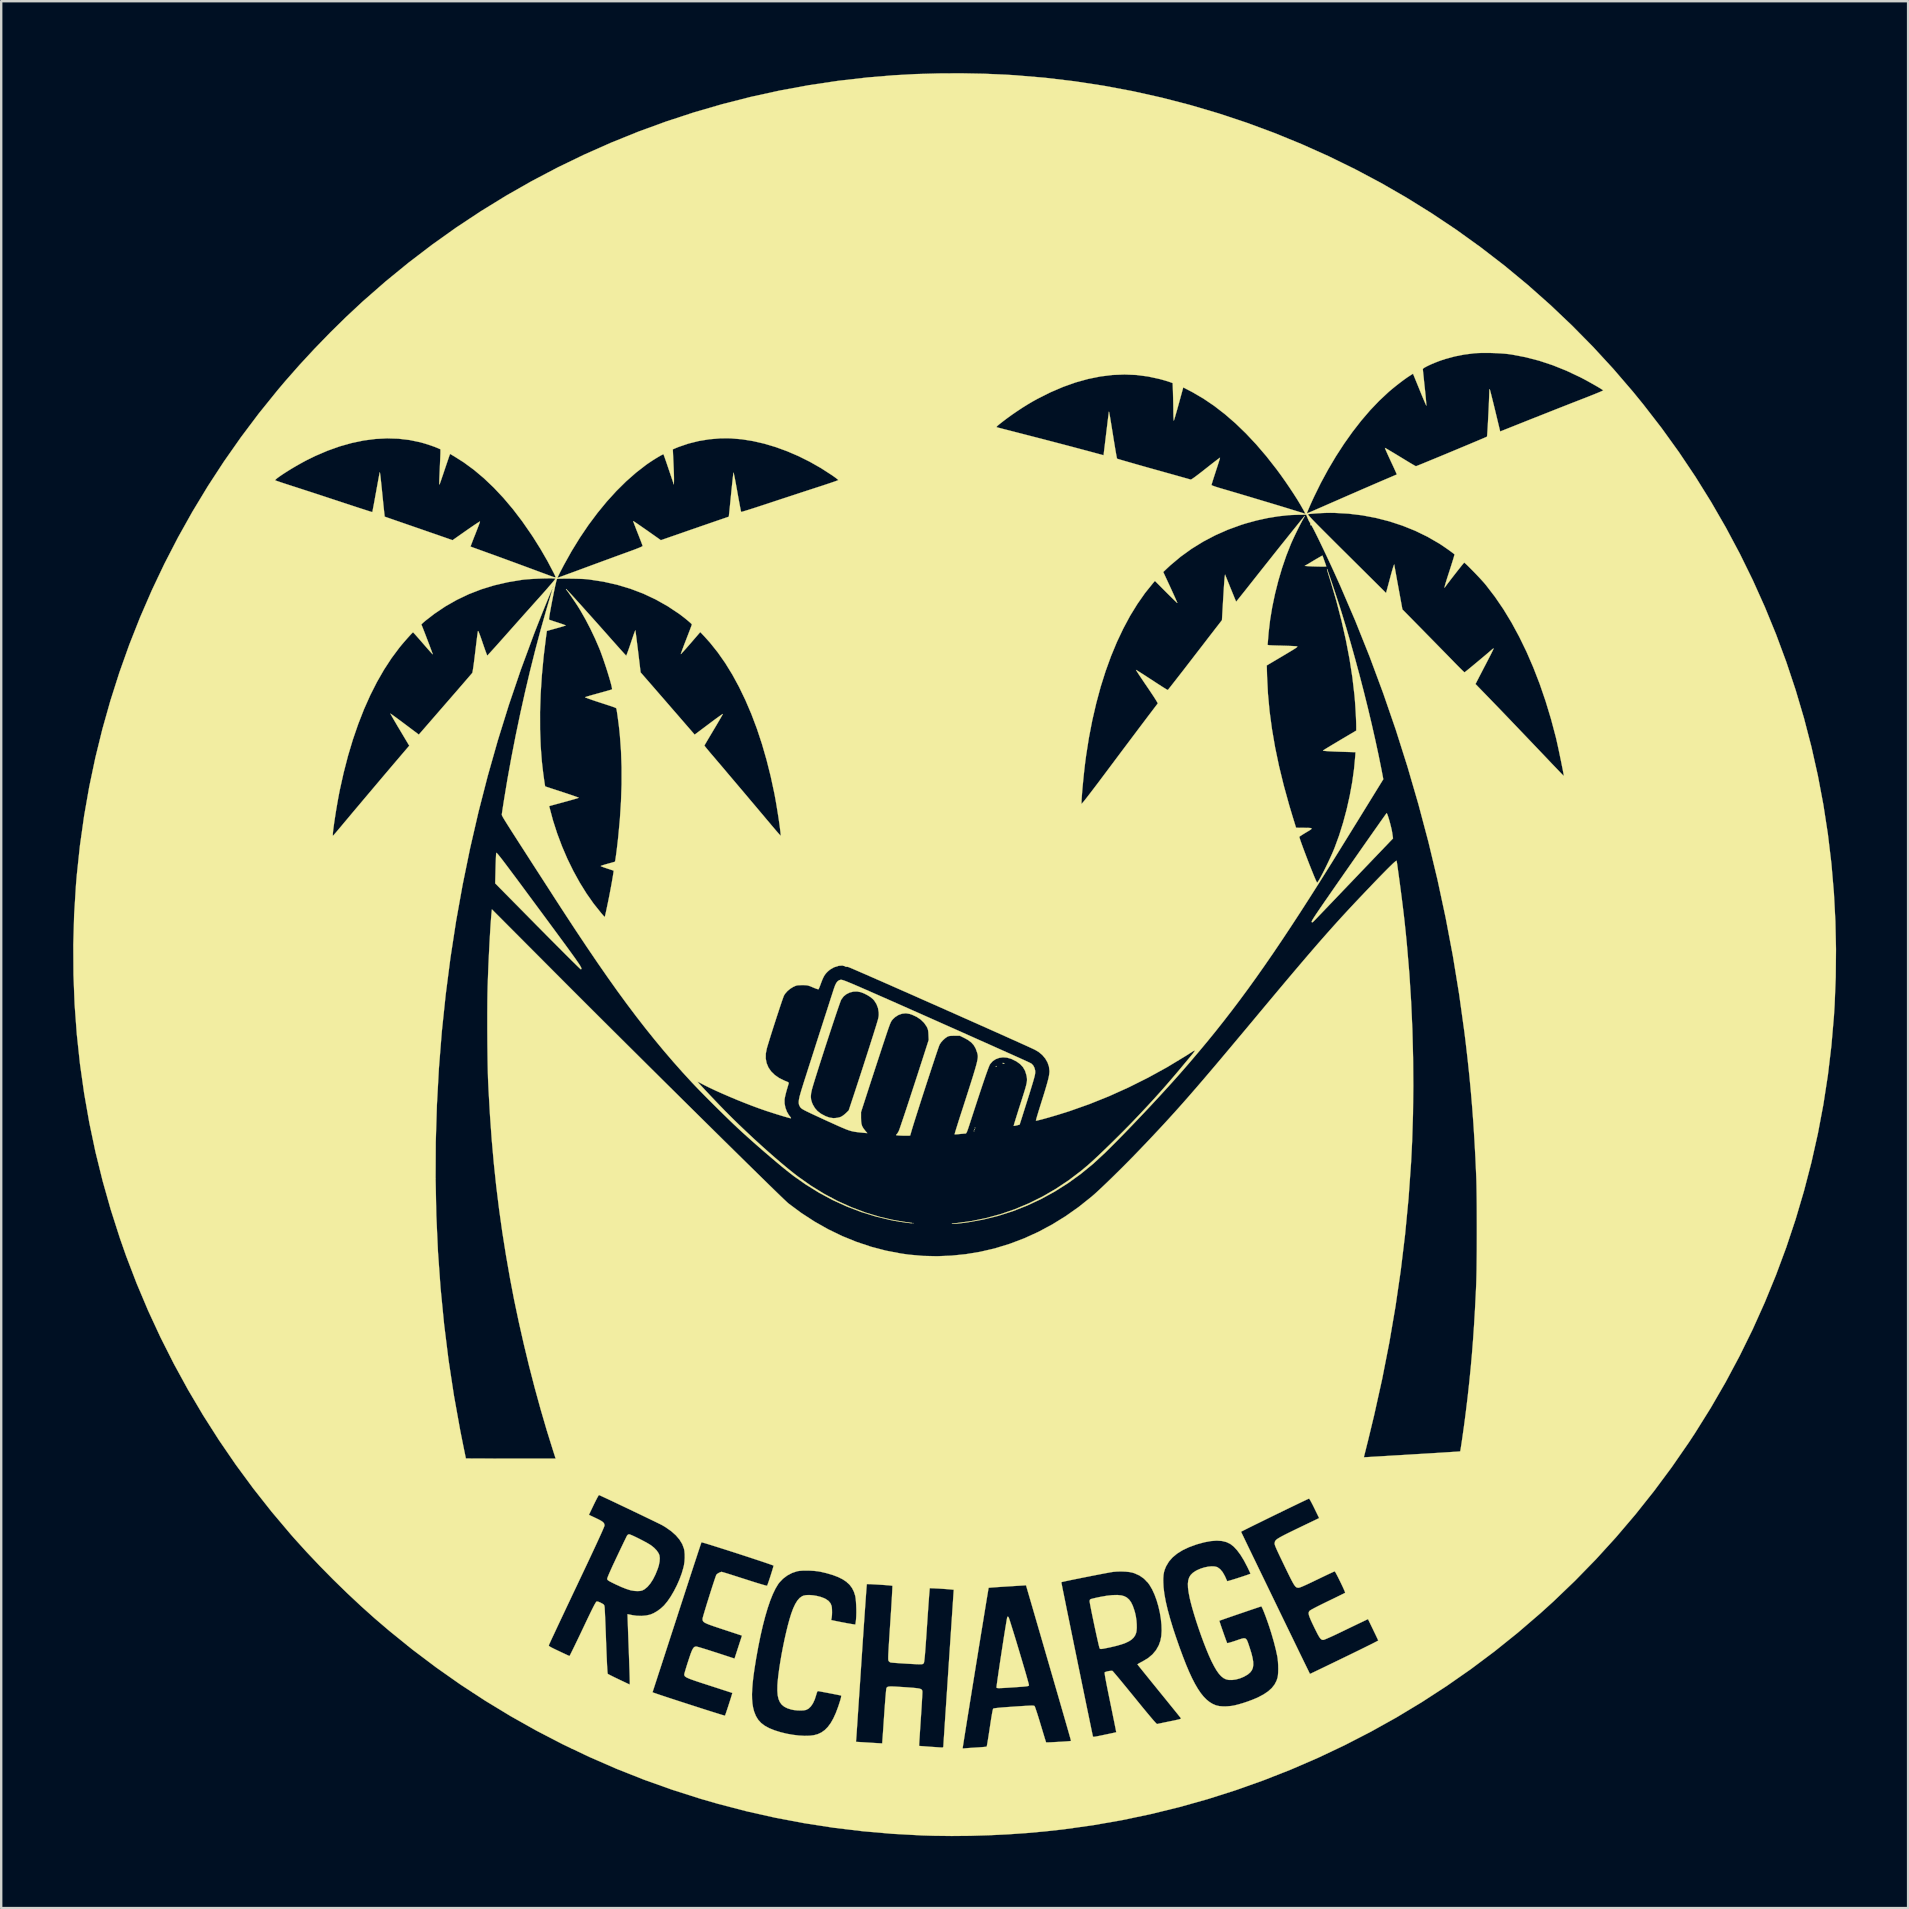
<source format=kicad_pcb>
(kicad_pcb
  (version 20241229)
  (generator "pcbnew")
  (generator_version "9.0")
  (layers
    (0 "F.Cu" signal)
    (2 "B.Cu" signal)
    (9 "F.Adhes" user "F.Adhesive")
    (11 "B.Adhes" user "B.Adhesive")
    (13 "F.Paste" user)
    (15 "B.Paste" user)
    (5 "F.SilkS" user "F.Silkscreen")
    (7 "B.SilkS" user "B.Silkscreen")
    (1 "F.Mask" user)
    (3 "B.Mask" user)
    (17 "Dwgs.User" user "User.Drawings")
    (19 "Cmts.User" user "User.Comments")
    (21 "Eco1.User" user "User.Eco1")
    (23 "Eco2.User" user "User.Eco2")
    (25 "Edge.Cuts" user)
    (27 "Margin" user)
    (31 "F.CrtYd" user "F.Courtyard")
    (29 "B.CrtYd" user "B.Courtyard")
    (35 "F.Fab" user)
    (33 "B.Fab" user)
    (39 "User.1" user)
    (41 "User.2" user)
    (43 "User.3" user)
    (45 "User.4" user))
  (footprint "F.SilkS_g1444"
    (layer "F.Cu")
    (at 36.387 36.397)
    (property "Reference" "F.SilkS_g1444" (at 0 0 0) (layer "F.SilkS") (effects (font (size 1.524 1.524) (thickness 0.3))))
    (attr through_hole)
    (fp_poly (pts (xy -1.376 11.525) (xy -1.386 11.536) (xy -1.397 11.525) (xy -1.386 11.515) (xy -1.376 11.525)) (stroke (width 0.01) (type solid)) (fill yes) (layer "F.SilkS"))
    (fp_poly (pts (xy 1.157 7.669) (xy 1.16 7.695) (xy 1.157 7.698) (xy 1.145 7.695) (xy 1.143 7.684) (xy 1.151 7.666) (xy 1.157 7.669)) (stroke (width 0.01) (type solid)) (fill yes) (layer "F.SilkS"))
    (fp_poly (pts (xy 1.178 7.606) (xy 1.181 7.631) (xy 1.178 7.634) (xy 1.166 7.631) (xy 1.164 7.62) (xy 1.172 7.603) (xy 1.178 7.606)) (stroke (width 0.01) (type solid)) (fill yes) (layer "F.SilkS"))
    (fp_poly (pts (xy 1.199 7.542) (xy 1.202 7.568) (xy 1.199 7.571) (xy 1.187 7.568) (xy 1.185 7.556) (xy 1.193 7.539) (xy 1.199 7.542)) (stroke (width 0.01) (type solid)) (fill yes) (layer "F.SilkS"))
    (fp_poly (pts (xy 2.089 4.988) (xy 2.085 4.995) (xy 2.065 5.016) (xy 2.061 5.016) (xy 2.06 5.003) (xy 2.064 4.995) (xy 2.084 4.975) (xy 2.087 4.974) (xy 2.089 4.988)) (stroke (width 0.01) (type solid)) (fill yes) (layer "F.SilkS"))
    (fp_poly (pts (xy 2.403 4.855) (xy 2.413 4.868) (xy 2.409 4.888) (xy 2.408 4.888) (xy 2.387 4.88) (xy 2.36 4.868) (xy 2.332 4.854) (xy 2.343 4.85) (xy 2.365 4.849) (xy 2.403 4.855)) (stroke (width 0.01) (type solid)) (fill yes) (layer "F.SilkS"))
    (fp_poly (pts (xy 15.682 -16.273) (xy 15.701 -16.221) (xy 15.727 -16.149) (xy 15.756 -16.068) (xy 15.785 -15.986) (xy 15.81 -15.915) (xy 15.827 -15.863) (xy 15.833 -15.842) (xy 15.813 -15.839) (xy 15.759 -15.836) (xy 15.678 -15.836) (xy 15.578 -15.836) (xy 15.468 -15.838) (xy 15.355 -15.841) (xy 15.246 -15.844) (xy 15.151 -15.849) (xy 15.092 -15.852) (xy 14.933 -15.864) (xy 15.3 -16.083) (xy 15.411 -16.149) (xy 15.51 -16.206) (xy 15.59 -16.252) (xy 15.645 -16.282) (xy 15.672 -16.295) (xy 15.673 -16.295) (xy 15.682 -16.273)) (stroke (width 0.01) (type solid)) (fill yes) (layer "F.SilkS"))
    (fp_poly (pts (xy -13.184 24.5) (xy -13.115 24.527) (xy -13.023 24.568) (xy -12.914 24.62) (xy -12.795 24.679) (xy -12.674 24.741) (xy -12.557 24.803) (xy -12.451 24.862) (xy -12.362 24.915) (xy -12.303 24.953) (xy -12.174 25.057) (xy -12.069 25.167) (xy -11.994 25.277) (xy -11.957 25.364) (xy -11.942 25.484) (xy -11.951 25.629) (xy -11.984 25.792) (xy -12.024 25.919) (xy -12.119 26.158) (xy -12.224 26.367) (xy -12.337 26.542) (xy -12.456 26.682) (xy -12.579 26.783) (xy -12.666 26.829) (xy -12.753 26.851) (xy -12.869 26.858) (xy -12.998 26.851) (xy -13.131 26.83) (xy -13.176 26.819) (xy -13.339 26.767) (xy -13.532 26.691) (xy -13.754 26.591) (xy -13.906 26.517) (xy -14.004 26.467) (xy -14.069 26.429) (xy -14.109 26.4) (xy -14.128 26.374) (xy -14.135 26.351) (xy -14.127 26.315) (xy -14.1 26.242) (xy -14.054 26.131) (xy -13.988 25.982) (xy -13.904 25.796) (xy -13.799 25.573) (xy -13.737 25.44) (xy -13.652 25.261) (xy -13.572 25.093) (xy -13.498 24.939) (xy -13.434 24.805) (xy -13.379 24.693) (xy -13.338 24.608) (xy -13.311 24.554) (xy -13.301 24.537) (xy -13.262 24.501) (xy -13.223 24.49) (xy -13.184 24.5)) (stroke (width 0.01) (type solid)) (fill yes) (layer "F.SilkS"))
    (fp_poly (pts (xy 7.295 27.038) (xy 7.412 27.07) (xy 7.521 27.127) (xy 7.615 27.21) (xy 7.697 27.323) (xy 7.769 27.47) (xy 7.833 27.653) (xy 7.865 27.765) (xy 7.898 27.917) (xy 7.921 28.078) (xy 7.933 28.24) (xy 7.935 28.391) (xy 7.925 28.52) (xy 7.909 28.598) (xy 7.869 28.7) (xy 7.808 28.791) (xy 7.724 28.873) (xy 7.614 28.947) (xy 7.474 29.015) (xy 7.303 29.077) (xy 7.097 29.137) (xy 6.852 29.195) (xy 6.725 29.222) (xy 6.608 29.245) (xy 6.526 29.261) (xy 6.47 29.269) (xy 6.435 29.27) (xy 6.413 29.265) (xy 6.396 29.253) (xy 6.388 29.245) (xy 6.379 29.22) (xy 6.363 29.158) (xy 6.34 29.066) (xy 6.313 28.946) (xy 6.281 28.805) (xy 6.246 28.648) (xy 6.21 28.48) (xy 6.172 28.305) (xy 6.135 28.128) (xy 6.099 27.955) (xy 6.065 27.791) (xy 6.035 27.641) (xy 6.009 27.509) (xy 5.989 27.401) (xy 5.975 27.321) (xy 5.969 27.276) (xy 5.969 27.271) (xy 5.982 27.222) (xy 5.999 27.201) (xy 6.028 27.189) (xy 6.092 27.171) (xy 6.183 27.149) (xy 6.294 27.124) (xy 6.406 27.101) (xy 6.682 27.052) (xy 6.922 27.026) (xy 7.127 27.021) (xy 7.295 27.038)) (stroke (width 0.01) (type solid)) (fill yes) (layer "F.SilkS"))
    (fp_poly (pts (xy -18.744 -3.904) (xy -18.728 -3.891) (xy -18.705 -3.867) (xy -18.673 -3.831) (xy -18.632 -3.78) (xy -18.579 -3.714) (xy -18.514 -3.631) (xy -18.436 -3.529) (xy -18.343 -3.406) (xy -18.235 -3.262) (xy -18.11 -3.094) (xy -17.966 -2.902) (xy -17.803 -2.683) (xy -17.62 -2.436) (xy -17.416 -2.159) (xy -17.188 -1.851) (xy -16.958 -1.54) (xy -16.708 -1.202) (xy -16.483 -0.897) (xy -16.281 -0.623) (xy -16.1 -0.377) (xy -15.94 -0.16) (xy -15.799 0.033) (xy -15.677 0.201) (xy -15.572 0.346) (xy -15.482 0.471) (xy -15.408 0.577) (xy -15.347 0.665) (xy -15.299 0.737) (xy -15.262 0.795) (xy -15.236 0.841) (xy -15.219 0.876) (xy -15.209 0.901) (xy -15.207 0.919) (xy -15.21 0.932) (xy -15.217 0.94) (xy -15.228 0.945) (xy -15.234 0.947) (xy -15.251 0.933) (xy -15.296 0.891) (xy -15.368 0.822) (xy -15.463 0.729) (xy -15.581 0.613) (xy -15.719 0.476) (xy -15.876 0.32) (xy -16.049 0.146) (xy -16.238 -0.043) (xy -16.439 -0.245) (xy -16.652 -0.459) (xy -16.874 -0.684) (xy -17.029 -0.84) (xy -18.801 -2.635) (xy -18.786 -3.243) (xy -18.782 -3.402) (xy -18.777 -3.549) (xy -18.772 -3.678) (xy -18.767 -3.784) (xy -18.762 -3.86) (xy -18.758 -3.901) (xy -18.757 -3.904) (xy -18.753 -3.908) (xy -18.744 -3.904)) (stroke (width 0.01) (type solid)) (fill yes) (layer "F.SilkS"))
    (fp_poly (pts (xy 2.59 27.941) (xy 2.602 27.967) (xy 2.624 28.029) (xy 2.655 28.123) (xy 2.694 28.246) (xy 2.74 28.393) (xy 2.792 28.56) (xy 2.849 28.744) (xy 2.909 28.94) (xy 2.97 29.144) (xy 3.033 29.353) (xy 3.095 29.561) (xy 3.156 29.766) (xy 3.214 29.963) (xy 3.269 30.148) (xy 3.318 30.317) (xy 3.36 30.467) (xy 3.395 30.592) (xy 3.422 30.69) (xy 3.438 30.755) (xy 3.443 30.785) (xy 3.443 30.786) (xy 3.435 30.798) (xy 3.419 30.808) (xy 3.389 30.817) (xy 3.343 30.825) (xy 3.274 30.833) (xy 3.18 30.842) (xy 3.055 30.851) (xy 2.895 30.862) (xy 2.762 30.871) (xy 2.577 30.883) (xy 2.429 30.892) (xy 2.315 30.898) (xy 2.231 30.901) (xy 2.17 30.901) (xy 2.131 30.898) (xy 2.107 30.893) (xy 2.094 30.884) (xy 2.09 30.877) (xy 2.091 30.851) (xy 2.098 30.788) (xy 2.111 30.691) (xy 2.128 30.565) (xy 2.15 30.414) (xy 2.175 30.241) (xy 2.203 30.052) (xy 2.233 29.85) (xy 2.265 29.64) (xy 2.298 29.424) (xy 2.331 29.209) (xy 2.364 28.997) (xy 2.395 28.793) (xy 2.426 28.601) (xy 2.454 28.425) (xy 2.48 28.27) (xy 2.502 28.138) (xy 2.519 28.036) (xy 2.533 27.966) (xy 2.541 27.932) (xy 2.542 27.93) (xy 2.571 27.926) (xy 2.59 27.941)) (stroke (width 0.01) (type solid)) (fill yes) (layer "F.SilkS"))
    (fp_poly (pts (xy 18.361 -5.545) (xy 18.383 -5.495) (xy 18.41 -5.417) (xy 18.441 -5.319) (xy 18.473 -5.208) (xy 18.504 -5.091) (xy 18.533 -4.975) (xy 18.558 -4.867) (xy 18.575 -4.774) (xy 18.579 -4.752) (xy 18.614 -4.508) (xy 18.518 -4.408) (xy 18.49 -4.379) (xy 18.435 -4.321) (xy 18.355 -4.237) (xy 18.252 -4.13) (xy 18.128 -4) (xy 17.985 -3.851) (xy 17.826 -3.685) (xy 17.652 -3.503) (xy 17.466 -3.309) (xy 17.27 -3.104) (xy 17.066 -2.89) (xy 16.934 -2.752) (xy 16.725 -2.534) (xy 16.523 -2.323) (xy 16.331 -2.121) (xy 16.149 -1.931) (xy 15.98 -1.755) (xy 15.826 -1.594) (xy 15.69 -1.452) (xy 15.573 -1.33) (xy 15.478 -1.23) (xy 15.406 -1.155) (xy 15.36 -1.108) (xy 15.345 -1.093) (xy 15.292 -1.039) (xy 15.259 -1.013) (xy 15.239 -1.009) (xy 15.225 -1.025) (xy 15.223 -1.03) (xy 15.222 -1.04) (xy 15.228 -1.058) (xy 15.241 -1.086) (xy 15.263 -1.125) (xy 15.295 -1.177) (xy 15.338 -1.245) (xy 15.393 -1.329) (xy 15.462 -1.431) (xy 15.545 -1.553) (xy 15.643 -1.697) (xy 15.758 -1.865) (xy 15.892 -2.057) (xy 16.044 -2.277) (xy 16.216 -2.525) (xy 16.41 -2.803) (xy 16.626 -3.113) (xy 16.766 -3.314) (xy 16.959 -3.59) (xy 17.145 -3.856) (xy 17.323 -4.111) (xy 17.492 -4.352) (xy 17.65 -4.577) (xy 17.795 -4.784) (xy 17.927 -4.971) (xy 18.043 -5.136) (xy 18.143 -5.278) (xy 18.225 -5.393) (xy 18.287 -5.48) (xy 18.328 -5.536) (xy 18.346 -5.561) (xy 18.347 -5.561) (xy 18.361 -5.545)) (stroke (width 0.01) (type solid)) (fill yes) (layer "F.SilkS"))
    (fp_poly (pts (xy -4.352 1.387) (xy -4.305 1.4) (xy -4.241 1.421) (xy -4.156 1.454) (xy -4.044 1.5) (xy -3.901 1.56) (xy -3.774 1.614) (xy -3.607 1.686) (xy -3.403 1.775) (xy -3.163 1.88) (xy -2.89 2) (xy -2.583 2.135) (xy -2.245 2.284) (xy -1.877 2.447) (xy -1.48 2.623) (xy -1.056 2.811) (xy -0.606 3.011) (xy -0.133 3.222) (xy 0.364 3.443) (xy 0.882 3.674) (xy 1.068 3.757) (xy 1.425 3.917) (xy 1.745 4.059) (xy 2.03 4.187) (xy 2.283 4.3) (xy 2.506 4.4) (xy 2.7 4.486) (xy 2.867 4.562) (xy 3.011 4.626) (xy 3.132 4.681) (xy 3.232 4.726) (xy 3.314 4.764) (xy 3.381 4.795) (xy 3.433 4.819) (xy 3.472 4.838) (xy 3.502 4.853) (xy 3.524 4.865) (xy 3.539 4.874) (xy 3.551 4.882) (xy 3.556 4.885) (xy 3.62 4.953) (xy 3.67 5.048) (xy 3.699 5.155) (xy 3.704 5.218) (xy 3.703 5.248) (xy 3.7 5.282) (xy 3.694 5.323) (xy 3.684 5.373) (xy 3.669 5.435) (xy 3.648 5.512) (xy 3.621 5.607) (xy 3.587 5.722) (xy 3.545 5.86) (xy 3.495 6.024) (xy 3.435 6.217) (xy 3.364 6.441) (xy 3.282 6.7) (xy 3.189 6.995) (xy 3.169 7.059) (xy 3.054 7.419) (xy 2.935 7.45) (xy 2.87 7.464) (xy 2.822 7.471) (xy 2.806 7.47) (xy 2.811 7.448) (xy 2.826 7.391) (xy 2.853 7.301) (xy 2.889 7.183) (xy 2.933 7.042) (xy 2.983 6.881) (xy 3.039 6.704) (xy 3.081 6.575) (xy 3.152 6.352) (xy 3.211 6.166) (xy 3.259 6.012) (xy 3.297 5.884) (xy 3.325 5.78) (xy 3.344 5.694) (xy 3.356 5.623) (xy 3.361 5.562) (xy 3.36 5.507) (xy 3.354 5.453) (xy 3.344 5.396) (xy 3.334 5.347) (xy 3.28 5.175) (xy 3.194 5.025) (xy 3.074 4.895) (xy 2.918 4.783) (xy 2.724 4.687) (xy 2.699 4.677) (xy 2.529 4.628) (xy 2.362 4.615) (xy 2.202 4.637) (xy 2.055 4.692) (xy 1.928 4.778) (xy 1.826 4.895) (xy 1.818 4.907) (xy 1.795 4.954) (xy 1.759 5.042) (xy 1.712 5.169) (xy 1.652 5.336) (xy 1.581 5.542) (xy 1.498 5.788) (xy 1.403 6.072) (xy 1.296 6.396) (xy 1.178 6.757) (xy 1.048 7.157) (xy 1.016 7.255) (xy 0.964 7.416) (xy 0.922 7.542) (xy 0.89 7.636) (xy 0.864 7.703) (xy 0.844 7.748) (xy 0.827 7.774) (xy 0.812 7.787) (xy 0.798 7.79) (xy 0.757 7.792) (xy 0.686 7.798) (xy 0.598 7.806) (xy 0.552 7.811) (xy 0.465 7.819) (xy 0.395 7.824) (xy 0.353 7.824) (xy 0.344 7.823) (xy 0.348 7.801) (xy 0.364 7.744) (xy 0.39 7.655) (xy 0.426 7.54) (xy 0.469 7.402) (xy 0.518 7.246) (xy 0.572 7.077) (xy 0.579 7.055) (xy 0.696 6.695) (xy 0.8 6.372) (xy 0.892 6.084) (xy 0.973 5.83) (xy 1.044 5.607) (xy 1.105 5.413) (xy 1.156 5.244) (xy 1.199 5.1) (xy 1.234 4.977) (xy 1.262 4.873) (xy 1.282 4.785) (xy 1.297 4.713) (xy 1.306 4.652) (xy 1.311 4.601) (xy 1.311 4.558) (xy 1.307 4.519) (xy 1.3 4.484) (xy 1.292 4.448) (xy 1.281 4.412) (xy 1.221 4.246) (xy 1.143 4.11) (xy 1.04 3.995) (xy 0.906 3.894) (xy 0.765 3.816) (xy 0.561 3.715) (xy 0.339 3.715) (xy 0.228 3.717) (xy 0.149 3.723) (xy 0.092 3.734) (xy 0.047 3.753) (xy 0.044 3.754) (xy -0.049 3.818) (xy -0.143 3.903) (xy -0.225 3.996) (xy -0.282 4.086) (xy -0.286 4.096) (xy -0.303 4.139) (xy -0.332 4.219) (xy -0.371 4.332) (xy -0.419 4.474) (xy -0.475 4.642) (xy -0.537 4.831) (xy -0.606 5.038) (xy -0.678 5.259) (xy -0.754 5.49) (xy -0.832 5.728) (xy -0.91 5.969) (xy -0.988 6.209) (xy -1.064 6.445) (xy -1.136 6.672) (xy -1.205 6.887) (xy -1.268 7.086) (xy -1.325 7.266) (xy -1.374 7.422) (xy -1.413 7.551) (xy -1.443 7.65) (xy -1.449 7.673) (xy -1.474 7.757) (xy -1.493 7.824) (xy -1.506 7.866) (xy -1.509 7.874) (xy -1.53 7.877) (xy -1.587 7.88) (xy -1.669 7.88) (xy -1.771 7.879) (xy -1.804 7.879) (xy -1.91 7.875) (xy -1.998 7.87) (xy -2.062 7.864) (xy -2.094 7.857) (xy -2.095 7.855) (xy -2.081 7.828) (xy -2.06 7.808) (xy -2.032 7.773) (xy -1.998 7.714) (xy -1.977 7.671) (xy -1.961 7.629) (xy -1.933 7.55) (xy -1.894 7.436) (xy -1.845 7.29) (xy -1.786 7.116) (xy -1.719 6.916) (xy -1.645 6.692) (xy -1.565 6.449) (xy -1.48 6.188) (xy -1.39 5.913) (xy -1.296 5.626) (xy -1.2 5.331) (xy -1.103 5.029) (xy -1.004 4.725) (xy -0.973 4.628) (xy -0.736 3.89) (xy -0.745 3.674) (xy -0.751 3.571) (xy -0.76 3.496) (xy -0.775 3.436) (xy -0.799 3.377) (xy -0.824 3.328) (xy -0.928 3.178) (xy -1.066 3.043) (xy -1.235 2.929) (xy -1.428 2.839) (xy -1.534 2.804) (xy -1.688 2.78) (xy -1.844 2.796) (xy -1.995 2.849) (xy -2.134 2.937) (xy -2.221 3.019) (xy -2.247 3.048) (xy -2.27 3.076) (xy -2.291 3.107) (xy -2.312 3.146) (xy -2.335 3.196) (xy -2.361 3.263) (xy -2.393 3.349) (xy -2.432 3.46) (xy -2.479 3.599) (xy -2.536 3.771) (xy -2.589 3.931) (xy -2.652 4.119) (xy -2.724 4.339) (xy -2.804 4.583) (xy -2.889 4.842) (xy -2.976 5.108) (xy -3.062 5.372) (xy -3.145 5.626) (xy -3.206 5.814) (xy -3.556 6.897) (xy -3.556 7.137) (xy -3.552 7.276) (xy -3.538 7.385) (xy -3.511 7.476) (xy -3.466 7.559) (xy -3.4 7.648) (xy -3.382 7.671) (xy -3.294 7.774) (xy -3.452 7.759) (xy -3.592 7.746) (xy -3.71 7.732) (xy -3.813 7.718) (xy -3.907 7.7) (xy -3.998 7.677) (xy -4.092 7.646) (xy -4.197 7.607) (xy -4.319 7.556) (xy -4.464 7.493) (xy -4.639 7.414) (xy -4.71 7.382) (xy -4.885 7.303) (xy -5.065 7.221) (xy -5.241 7.139) (xy -5.406 7.063) (xy -5.552 6.995) (xy -5.671 6.939) (xy -5.706 6.922) (xy -5.831 6.862) (xy -5.924 6.814) (xy -5.99 6.777) (xy -6.036 6.745) (xy -6.068 6.716) (xy -6.092 6.685) (xy -6.097 6.676) (xy -6.124 6.627) (xy -6.143 6.576) (xy -6.152 6.519) (xy -6.151 6.45) (xy -6.141 6.366) (xy -6.119 6.262) (xy -6.117 6.255) (xy -5.649 6.255) (xy -5.636 6.379) (xy -5.599 6.502) (xy -5.56 6.591) (xy -5.475 6.734) (xy -5.373 6.851) (xy -5.243 6.952) (xy -5.2 6.979) (xy -5.027 7.07) (xy -4.868 7.126) (xy -4.715 7.148) (xy -4.643 7.146) (xy -4.545 7.135) (xy -4.452 7.114) (xy -4.395 7.094) (xy -4.331 7.057) (xy -4.255 7.001) (xy -4.184 6.939) (xy -4.069 6.826) (xy -3.803 6.022) (xy -3.724 5.78) (xy -3.639 5.52) (xy -3.55 5.248) (xy -3.46 4.97) (xy -3.37 4.69) (xy -3.281 4.414) (xy -3.196 4.149) (xy -3.117 3.899) (xy -3.044 3.671) (xy -2.981 3.469) (xy -2.928 3.3) (xy -2.91 3.24) (xy -2.872 3.114) (xy -2.845 3.019) (xy -2.829 2.946) (xy -2.82 2.884) (xy -2.817 2.825) (xy -2.819 2.76) (xy -2.819 2.743) (xy -2.848 2.564) (xy -2.912 2.396) (xy -3.006 2.248) (xy -3.058 2.191) (xy -3.156 2.108) (xy -3.283 2.027) (xy -3.422 1.955) (xy -3.56 1.901) (xy -3.563 1.9) (xy -3.719 1.871) (xy -3.876 1.876) (xy -4.027 1.914) (xy -4.165 1.982) (xy -4.282 2.076) (xy -4.371 2.195) (xy -4.389 2.229) (xy -4.409 2.278) (xy -4.44 2.364) (xy -4.482 2.483) (xy -4.533 2.631) (xy -4.592 2.804) (xy -4.657 2.999) (xy -4.728 3.212) (xy -4.803 3.439) (xy -4.881 3.676) (xy -4.961 3.92) (xy -5.042 4.167) (xy -5.121 4.413) (xy -5.199 4.655) (xy -5.274 4.888) (xy -5.344 5.109) (xy -5.409 5.315) (xy -5.467 5.501) (xy -5.517 5.663) (xy -5.558 5.799) (xy -5.588 5.903) (xy -5.603 5.956) (xy -5.637 6.118) (xy -5.649 6.255) (xy -6.117 6.255) (xy -6.085 6.133) (xy -6.039 5.975) (xy -5.979 5.784) (xy -5.955 5.704) (xy -5.921 5.598) (xy -5.875 5.455) (xy -5.819 5.28) (xy -5.755 5.078) (xy -5.682 4.851) (xy -5.603 4.605) (xy -5.519 4.343) (xy -5.432 4.07) (xy -5.342 3.79) (xy -5.251 3.506) (xy -5.16 3.224) (xy -5.071 2.946) (xy -4.984 2.678) (xy -4.902 2.423) (xy -4.826 2.185) (xy -4.756 1.969) (xy -4.695 1.779) (xy -4.686 1.752) (xy -4.636 1.614) (xy -4.586 1.513) (xy -4.531 1.444) (xy -4.469 1.402) (xy -4.413 1.385) (xy -4.387 1.383) (xy -4.352 1.387)) (stroke (width 0.01) (type solid)) (fill yes) (layer "F.SilkS"))
    (fp_poly (pts (xy 1.57 -36.374) (xy 2.502 -36.334) (xy 2.879 -36.31) (xy 4.114 -36.206) (xy 5.343 -36.06) (xy 6.564 -35.873) (xy 7.775 -35.646) (xy 8.976 -35.378) (xy 10.167 -35.07) (xy 11.345 -34.722) (xy 12.511 -34.335) (xy 13.662 -33.909) (xy 14.799 -33.444) (xy 15.92 -32.942) (xy 17.025 -32.401) (xy 18.112 -31.824) (xy 19.18 -31.209) (xy 20.228 -30.557) (xy 21.257 -29.869) (xy 22.263 -29.145) (xy 23.248 -28.386) (xy 23.273 -28.366) (xy 24.235 -27.569) (xy 25.169 -26.74) (xy 26.075 -25.88) (xy 26.952 -24.99) (xy 27.798 -24.071) (xy 28.613 -23.123) (xy 29.043 -22.595) (xy 29.804 -21.612) (xy 30.529 -20.605) (xy 31.218 -19.577) (xy 31.87 -18.529) (xy 32.486 -17.461) (xy 33.065 -16.375) (xy 33.607 -15.27) (xy 34.11 -14.15) (xy 34.576 -13.013) (xy 35.003 -11.861) (xy 35.391 -10.695) (xy 35.74 -9.517) (xy 36.049 -8.326) (xy 36.318 -7.125) (xy 36.547 -5.913) (xy 36.735 -4.692) (xy 36.882 -3.463) (xy 36.987 -2.226) (xy 36.988 -2.212) (xy 37.048 -1.058) (xy 37.073 0.107) (xy 37.062 1.274) (xy 37.016 2.432) (xy 36.988 2.889) (xy 36.882 4.125) (xy 36.736 5.354) (xy 36.548 6.576) (xy 36.319 7.789) (xy 36.049 8.992) (xy 35.739 10.185) (xy 35.39 11.366) (xy 35.001 12.534) (xy 34.572 13.689) (xy 34.105 14.829) (xy 33.6 15.953) (xy 33.056 17.06) (xy 32.475 18.149) (xy 31.856 19.22) (xy 31.2 20.27) (xy 30.942 20.663) (xy 30.232 21.69) (xy 29.489 22.691) (xy 28.713 23.667) (xy 27.905 24.616) (xy 27.067 25.536) (xy 26.198 26.427) (xy 25.301 27.287) (xy 24.755 27.782) (xy 23.813 28.592) (xy 22.847 29.368) (xy 21.858 30.109) (xy 20.846 30.815) (xy 19.813 31.486) (xy 18.76 32.121) (xy 17.687 32.719) (xy 16.596 33.281) (xy 15.487 33.806) (xy 14.362 34.293) (xy 13.221 34.742) (xy 12.066 35.153) (xy 10.897 35.525) (xy 9.716 35.857) (xy 8.523 36.15) (xy 7.32 36.403) (xy 6.107 36.615) (xy 4.885 36.786) (xy 4.117 36.871) (xy 3.354 36.94) (xy 2.573 36.994) (xy 1.784 37.032) (xy 0.997 37.056) (xy 0.222 37.063) (xy -0.531 37.054) (xy -1.005 37.04) (xy -2.255 36.972) (xy -3.49 36.864) (xy -4.713 36.717) (xy -5.924 36.529) (xy -7.127 36.302) (xy -8.322 36.034) (xy -9.511 35.724) (xy -10.262 35.507) (xy -11.437 35.132) (xy -12.598 34.718) (xy -13.744 34.264) (xy -14.874 33.771) (xy -15.637 33.408) (xy 0.678 33.408) (xy 0.695 33.417) (xy 0.736 33.415) (xy 0.774 33.41) (xy 0.847 33.404) (xy 0.948 33.396) (xy 1.069 33.388) (xy 1.202 33.38) (xy 1.228 33.378) (xy 1.359 33.37) (xy 1.477 33.361) (xy 1.573 33.353) (xy 1.642 33.345) (xy 1.677 33.338) (xy 1.679 33.337) (xy 1.687 33.313) (xy 1.699 33.252) (xy 1.715 33.158) (xy 1.735 33.037) (xy 1.758 32.893) (xy 1.783 32.731) (xy 1.809 32.556) (xy 1.81 32.554) (xy 1.843 32.332) (xy 1.873 32.143) (xy 1.899 31.99) (xy 1.92 31.874) (xy 1.937 31.797) (xy 1.95 31.76) (xy 1.951 31.758) (xy 1.971 31.749) (xy 2.015 31.74) (xy 2.085 31.731) (xy 2.185 31.72) (xy 2.318 31.708) (xy 2.485 31.695) (xy 2.691 31.681) (xy 2.812 31.672) (xy 3.023 31.658) (xy 3.195 31.647) (xy 3.333 31.639) (xy 3.441 31.633) (xy 3.523 31.63) (xy 3.583 31.63) (xy 3.624 31.632) (xy 3.651 31.636) (xy 3.667 31.643) (xy 3.676 31.649) (xy 3.689 31.676) (xy 3.713 31.74) (xy 3.745 31.834) (xy 3.785 31.954) (xy 3.83 32.096) (xy 3.879 32.255) (xy 3.928 32.418) (xy 3.979 32.586) (xy 4.026 32.742) (xy 4.068 32.88) (xy 4.103 32.996) (xy 4.131 33.084) (xy 4.15 33.142) (xy 4.157 33.163) (xy 4.18 33.164) (xy 4.238 33.163) (xy 4.324 33.16) (xy 4.431 33.155) (xy 4.552 33.148) (xy 4.68 33.141) (xy 4.807 33.134) (xy 4.928 33.126) (xy 5.034 33.119) (xy 5.118 33.112) (xy 5.174 33.106) (xy 5.195 33.103) (xy 5.193 33.093) (xy 5.186 33.064) (xy 5.173 33.016) (xy 5.154 32.947) (xy 5.128 32.856) (xy 5.096 32.743) (xy 5.057 32.606) (xy 5.01 32.443) (xy 4.956 32.255) (xy 4.894 32.04) (xy 4.824 31.797) (xy 4.745 31.524) (xy 4.658 31.222) (xy 4.561 30.888) (xy 4.455 30.522) (xy 4.339 30.122) (xy 4.213 29.688) (xy 4.077 29.219) (xy 3.93 28.713) (xy 3.772 28.17) (xy 3.603 27.588) (xy 3.431 26.998) (xy 3.32 26.616) (xy 2.546 26.664) (xy 2.369 26.675) (xy 2.206 26.686) (xy 2.062 26.696) (xy 1.94 26.705) (xy 1.846 26.712) (xy 1.785 26.718) (xy 1.762 26.722) (xy 1.761 26.722) (xy 1.757 26.743) (xy 1.747 26.803) (xy 1.731 26.9) (xy 1.709 27.031) (xy 1.682 27.192) (xy 1.651 27.382) (xy 1.616 27.597) (xy 1.577 27.835) (xy 1.535 28.094) (xy 1.49 28.369) (xy 1.442 28.66) (xy 1.393 28.963) (xy 1.342 29.275) (xy 1.291 29.593) (xy 1.238 29.916) (xy 1.186 30.24) (xy 1.134 30.562) (xy 1.082 30.88) (xy 1.032 31.192) (xy 0.983 31.493) (xy 0.937 31.783) (xy 0.892 32.057) (xy 0.851 32.314) (xy 0.813 32.551) (xy 0.779 32.764) (xy 0.749 32.952) (xy 0.724 33.111) (xy 0.704 33.239) (xy 0.689 33.333) (xy 0.68 33.39) (xy 0.678 33.408) (xy -15.637 33.408) (xy -15.987 33.241) (xy -16.184 33.139) (xy -3.767 33.139) (xy -3.223 33.173) (xy -3.076 33.182) (xy -2.944 33.19) (xy -2.832 33.197) (xy -2.746 33.201) (xy -2.691 33.204) (xy -2.674 33.204) (xy -2.672 33.182) (xy -2.668 33.123) (xy -2.661 33.029) (xy -2.652 32.904) (xy -2.641 32.753) (xy -2.629 32.579) (xy -2.616 32.386) (xy -2.602 32.178) (xy -2.595 32.071) (xy -2.58 31.856) (xy -2.565 31.652) (xy -2.551 31.465) (xy -2.538 31.297) (xy -2.525 31.154) (xy -2.515 31.039) (xy -2.506 30.957) (xy -2.499 30.91) (xy -2.497 30.902) (xy -2.483 30.878) (xy -2.464 30.86) (xy -2.438 30.846) (xy -2.398 30.837) (xy -2.342 30.833) (xy -2.263 30.832) (xy -2.158 30.836) (xy -2.023 30.844) (xy -1.851 30.855) (xy -1.752 30.861) (xy -1.556 30.875) (xy -1.397 30.887) (xy -1.273 30.899) (xy -1.178 30.911) (xy -1.109 30.925) (xy -1.061 30.942) (xy -1.03 30.962) (xy -1.012 30.988) (xy -1.003 31.019) (xy -0.999 31.054) (xy -1 31.088) (xy -1.003 31.161) (xy -1.008 31.267) (xy -1.016 31.403) (xy -1.025 31.564) (xy -1.036 31.745) (xy -1.049 31.943) (xy -1.063 32.154) (xy -1.067 32.215) (xy -1.081 32.425) (xy -1.094 32.622) (xy -1.106 32.802) (xy -1.116 32.961) (xy -1.125 33.095) (xy -1.131 33.199) (xy -1.135 33.271) (xy -1.137 33.306) (xy -1.137 33.309) (xy -1.116 33.311) (xy -1.06 33.316) (xy -0.976 33.322) (xy -0.871 33.33) (xy -0.754 33.339) (xy -0.63 33.348) (xy -0.508 33.356) (xy -0.393 33.364) (xy -0.295 33.371) (xy -0.219 33.375) (xy -0.185 33.377) (xy -0.142 33.372) (xy -0.127 33.345) (xy -0.126 33.332) (xy -0.124 33.306) (xy -0.12 33.24) (xy -0.114 33.136) (xy -0.105 32.997) (xy -0.093 32.825) (xy -0.08 32.623) (xy -0.065 32.392) (xy -0.048 32.135) (xy -0.029 31.855) (xy -0.009 31.553) (xy 0.012 31.233) (xy 0.035 30.896) (xy 0.058 30.544) (xy 0.082 30.18) (xy 0.091 30.043) (xy 0.308 26.801) (xy 0.18 26.789) (xy 0.073 26.779) (xy -0.049 26.77) (xy -0.177 26.761) (xy -0.305 26.753) (xy -0.425 26.747) (xy -0.531 26.742) (xy -0.616 26.739) (xy -0.671 26.738) (xy -0.691 26.74) (xy -0.695 26.763) (xy -0.7 26.824) (xy -0.708 26.921) (xy -0.719 27.05) (xy -0.73 27.208) (xy -0.744 27.392) (xy -0.758 27.597) (xy -0.774 27.821) (xy -0.79 28.061) (xy -0.805 28.279) (xy -0.825 28.58) (xy -0.843 28.841) (xy -0.859 29.066) (xy -0.873 29.256) (xy -0.885 29.414) (xy -0.896 29.544) (xy -0.906 29.647) (xy -0.915 29.726) (xy -0.923 29.785) (xy -0.93 29.825) (xy -0.937 29.85) (xy -0.941 29.857) (xy -0.965 29.886) (xy -0.997 29.901) (xy -1.05 29.908) (xy -1.106 29.909) (xy -1.165 29.907) (xy -1.255 29.904) (xy -1.369 29.898) (xy -1.501 29.891) (xy -1.642 29.883) (xy -1.787 29.874) (xy -1.928 29.865) (xy -2.057 29.856) (xy -2.169 29.848) (xy -2.256 29.84) (xy -2.311 29.835) (xy -2.323 29.833) (xy -2.369 29.809) (xy -2.405 29.771) (xy -2.411 29.759) (xy -2.416 29.742) (xy -2.42 29.717) (xy -2.422 29.681) (xy -2.422 29.632) (xy -2.421 29.566) (xy -2.418 29.481) (xy -2.412 29.373) (xy -2.405 29.239) (xy -2.395 29.077) (xy -2.383 28.884) (xy -2.368 28.656) (xy -2.351 28.392) (xy -2.337 28.184) (xy -2.321 27.934) (xy -2.305 27.695) (xy -2.291 27.473) (xy -2.279 27.269) (xy -2.268 27.088) (xy -2.26 26.933) (xy -2.253 26.807) (xy -2.249 26.713) (xy -2.247 26.656) (xy -2.248 26.637) (xy -2.272 26.632) (xy -2.332 26.625) (xy -2.419 26.617) (xy -2.528 26.608) (xy -2.651 26.599) (xy -2.78 26.591) (xy -2.91 26.583) (xy -3.033 26.576) (xy -3.141 26.57) (xy -3.229 26.567) (xy -3.289 26.566) (xy -3.314 26.569) (xy -3.314 26.569) (xy -3.316 26.591) (xy -3.322 26.653) (xy -3.33 26.753) (xy -3.34 26.888) (xy -3.352 27.056) (xy -3.366 27.254) (xy -3.382 27.481) (xy -3.4 27.733) (xy -3.419 28.009) (xy -3.44 28.307) (xy -3.461 28.623) (xy -3.484 28.956) (xy -3.507 29.304) (xy -3.531 29.663) (xy -3.535 29.721) (xy -3.559 30.085) (xy -3.582 30.438) (xy -3.605 30.779) (xy -3.627 31.104) (xy -3.648 31.413) (xy -3.667 31.701) (xy -3.685 31.967) (xy -3.701 32.209) (xy -3.715 32.423) (xy -3.728 32.607) (xy -3.738 32.759) (xy -3.746 32.877) (xy -3.752 32.957) (xy -3.755 32.998) (xy -3.755 33) (xy -3.767 33.139) (xy -16.184 33.139) (xy -17.083 32.673) (xy -18.159 32.068) (xy -19.215 31.427) (xy -19.756 31.073) (xy -12.245 31.073) (xy -12.227 31.082) (xy -12.173 31.102) (xy -12.085 31.132) (xy -11.969 31.172) (xy -11.827 31.219) (xy -11.664 31.273) (xy -11.483 31.333) (xy -11.289 31.396) (xy -11.084 31.463) (xy -10.873 31.531) (xy -10.66 31.6) (xy -10.448 31.668) (xy -10.241 31.735) (xy -10.044 31.798) (xy -9.858 31.857) (xy -9.69 31.91) (xy -9.541 31.956) (xy -9.417 31.995) (xy -9.321 32.024) (xy -9.256 32.042) (xy -9.227 32.049) (xy -9.226 32.049) (xy -9.216 32.026) (xy -9.195 31.968) (xy -9.165 31.882) (xy -9.129 31.773) (xy -9.087 31.647) (xy -9.063 31.571) (xy -9.02 31.438) (xy -8.983 31.321) (xy -8.953 31.223) (xy -8.934 31.16) (xy -8.1 31.16) (xy -8.096 31.362) (xy -8.081 31.544) (xy -8.054 31.709) (xy -8.016 31.86) (xy -8.01 31.879) (xy -7.938 32.06) (xy -7.843 32.217) (xy -7.721 32.352) (xy -7.569 32.468) (xy -7.382 32.57) (xy -7.16 32.66) (xy -6.914 32.737) (xy -6.658 32.8) (xy -6.399 32.846) (xy -6.146 32.877) (xy -5.907 32.89) (xy -5.69 32.885) (xy -5.518 32.863) (xy -5.354 32.818) (xy -5.204 32.747) (xy -5.066 32.648) (xy -4.939 32.52) (xy -4.82 32.359) (xy -4.709 32.164) (xy -4.604 31.933) (xy -4.503 31.663) (xy -4.423 31.415) (xy -4.395 31.314) (xy -4.382 31.248) (xy -4.383 31.215) (xy -4.388 31.21) (xy -4.414 31.204) (xy -4.474 31.192) (xy -4.561 31.174) (xy -4.668 31.153) (xy -4.786 31.13) (xy -4.911 31.106) (xy -5.032 31.083) (xy -5.144 31.062) (xy -5.24 31.044) (xy -5.311 31.031) (xy -5.351 31.024) (xy -5.352 31.024) (xy -5.374 31.042) (xy -5.4 31.102) (xy -5.422 31.178) (xy -5.484 31.372) (xy -5.559 31.535) (xy -5.646 31.663) (xy -5.743 31.756) (xy -5.848 31.81) (xy -5.856 31.812) (xy -5.955 31.829) (xy -6.082 31.834) (xy -6.221 31.829) (xy -6.358 31.814) (xy -6.466 31.792) (xy -6.624 31.742) (xy -6.754 31.676) (xy -6.858 31.592) (xy -6.937 31.486) (xy -6.994 31.355) (xy -7.029 31.197) (xy -7.043 31.007) (xy -7.04 30.784) (xy -7.029 30.628) (xy -7.003 30.379) (xy -6.966 30.102) (xy -6.92 29.804) (xy -6.867 29.495) (xy -6.807 29.181) (xy -6.743 28.87) (xy -6.675 28.571) (xy -6.606 28.289) (xy -6.537 28.035) (xy -6.469 27.814) (xy -6.466 27.804) (xy -6.383 27.579) (xy -6.297 27.396) (xy -6.208 27.252) (xy -6.113 27.144) (xy -6.011 27.073) (xy -5.957 27.049) (xy -5.845 27.026) (xy -5.706 27.022) (xy -5.551 27.034) (xy -5.39 27.061) (xy -5.234 27.101) (xy -5.092 27.154) (xy -5.026 27.187) (xy -4.91 27.267) (xy -4.83 27.363) (xy -4.784 27.472) (xy -4.772 27.542) (xy -4.766 27.64) (xy -4.764 27.75) (xy -4.768 27.86) (xy -4.778 27.953) (xy -4.782 27.976) (xy -4.799 28.065) (xy -4.701 28.086) (xy -4.561 28.115) (xy -4.416 28.144) (xy -4.273 28.171) (xy -4.139 28.197) (xy -4.018 28.218) (xy -3.918 28.235) (xy -3.844 28.246) (xy -3.802 28.251) (xy -3.795 28.25) (xy -3.788 28.225) (xy -3.779 28.167) (xy -3.769 28.087) (xy -3.763 28.031) (xy -3.755 27.905) (xy -3.751 27.758) (xy -3.752 27.601) (xy -3.758 27.444) (xy -3.767 27.296) (xy -3.779 27.168) (xy -3.795 27.07) (xy -3.798 27.055) (xy -3.853 26.883) (xy -3.93 26.73) (xy -4.031 26.595) (xy -4.147 26.487) (xy 4.791 26.487) (xy 4.794 26.508) (xy 4.806 26.567) (xy 4.825 26.663) (xy 4.85 26.792) (xy 4.883 26.951) (xy 4.921 27.139) (xy 4.964 27.351) (xy 5.011 27.586) (xy 5.063 27.841) (xy 5.119 28.112) (xy 5.177 28.398) (xy 5.238 28.695) (xy 5.3 29.001) (xy 5.364 29.313) (xy 5.429 29.628) (xy 5.493 29.944) (xy 5.558 30.258) (xy 5.621 30.567) (xy 5.683 30.868) (xy 5.743 31.159) (xy 5.8 31.437) (xy 5.854 31.7) (xy 5.905 31.944) (xy 5.951 32.166) (xy 5.992 32.365) (xy 6.028 32.537) (xy 6.057 32.68) (xy 6.081 32.791) (xy 6.097 32.867) (xy 6.105 32.905) (xy 6.107 32.909) (xy 6.11 32.92) (xy 6.117 32.927) (xy 6.131 32.931) (xy 6.158 32.93) (xy 6.202 32.924) (xy 6.269 32.912) (xy 6.363 32.893) (xy 6.49 32.867) (xy 6.617 32.84) (xy 6.751 32.812) (xy 6.869 32.787) (xy 6.967 32.766) (xy 7.037 32.75) (xy 7.075 32.741) (xy 7.08 32.74) (xy 7.077 32.719) (xy 7.065 32.66) (xy 7.047 32.566) (xy 7.022 32.443) (xy 6.992 32.292) (xy 6.956 32.118) (xy 6.917 31.924) (xy 6.874 31.714) (xy 6.83 31.501) (xy 6.772 31.218) (xy 6.723 30.976) (xy 6.682 30.771) (xy 6.65 30.602) (xy 6.625 30.468) (xy 6.608 30.367) (xy 6.599 30.297) (xy 6.596 30.257) (xy 6.598 30.245) (xy 6.636 30.225) (xy 6.7 30.206) (xy 6.776 30.19) (xy 6.849 30.181) (xy 6.905 30.18) (xy 6.924 30.185) (xy 6.943 30.204) (xy 6.986 30.254) (xy 7.052 30.331) (xy 7.137 30.432) (xy 7.24 30.555) (xy 7.357 30.698) (xy 7.488 30.857) (xy 7.629 31.03) (xy 7.779 31.213) (xy 7.854 31.305) (xy 8.049 31.545) (xy 8.219 31.753) (xy 8.365 31.929) (xy 8.487 32.075) (xy 8.587 32.193) (xy 8.665 32.283) (xy 8.723 32.346) (xy 8.761 32.384) (xy 8.781 32.397) (xy 8.782 32.397) (xy 8.812 32.39) (xy 8.877 32.376) (xy 8.971 32.357) (xy 9.087 32.332) (xy 9.22 32.305) (xy 9.307 32.287) (xy 9.462 32.256) (xy 9.58 32.23) (xy 9.666 32.211) (xy 9.724 32.195) (xy 9.759 32.182) (xy 9.775 32.171) (xy 9.776 32.16) (xy 9.772 32.152) (xy 9.755 32.13) (xy 9.713 32.078) (xy 9.649 31.998) (xy 9.566 31.895) (xy 9.464 31.769) (xy 9.347 31.625) (xy 9.218 31.465) (xy 9.077 31.291) (xy 8.928 31.108) (xy 8.858 31.022) (xy 8.707 30.835) (xy 8.563 30.658) (xy 8.43 30.493) (xy 8.309 30.343) (xy 8.202 30.211) (xy 8.113 30.1) (xy 8.042 30.012) (xy 7.993 29.95) (xy 7.967 29.917) (xy 7.964 29.912) (xy 7.98 29.898) (xy 8.026 29.869) (xy 8.097 29.83) (xy 8.184 29.784) (xy 8.186 29.783) (xy 8.406 29.651) (xy 8.59 29.496) (xy 8.738 29.319) (xy 8.851 29.119) (xy 8.921 28.923) (xy 8.958 28.73) (xy 8.972 28.509) (xy 8.965 28.267) (xy 8.939 28.012) (xy 8.896 27.751) (xy 8.836 27.491) (xy 8.762 27.238) (xy 8.675 27.001) (xy 8.576 26.786) (xy 8.467 26.601) (xy 8.394 26.502) (xy 8.342 26.449) (xy 9.038 26.449) (xy 9.05 26.695) (xy 9.084 26.974) (xy 9.141 27.286) (xy 9.222 27.633) (xy 9.326 28.013) (xy 9.452 28.428) (xy 9.564 28.765) (xy 9.71 29.185) (xy 9.85 29.565) (xy 9.983 29.907) (xy 10.112 30.213) (xy 10.237 30.484) (xy 10.36 30.722) (xy 10.481 30.929) (xy 10.601 31.107) (xy 10.722 31.257) (xy 10.844 31.381) (xy 10.969 31.481) (xy 11.097 31.559) (xy 11.23 31.616) (xy 11.256 31.624) (xy 11.379 31.651) (xy 11.531 31.663) (xy 11.698 31.661) (xy 11.871 31.645) (xy 11.999 31.623) (xy 12.168 31.581) (xy 12.36 31.525) (xy 12.561 31.458) (xy 12.756 31.385) (xy 12.931 31.312) (xy 12.993 31.284) (xy 13.222 31.162) (xy 13.41 31.035) (xy 13.561 30.899) (xy 13.677 30.752) (xy 13.76 30.591) (xy 13.803 30.459) (xy 13.818 30.366) (xy 13.828 30.243) (xy 13.831 30.1) (xy 13.828 29.948) (xy 13.819 29.798) (xy 13.805 29.661) (xy 13.792 29.58) (xy 13.729 29.289) (xy 13.647 28.969) (xy 13.549 28.631) (xy 13.464 28.363) (xy 13.406 28.192) (xy 13.348 28.029) (xy 13.294 27.88) (xy 13.243 27.749) (xy 13.199 27.64) (xy 13.163 27.559) (xy 13.136 27.509) (xy 13.123 27.495) (xy 13.1 27.502) (xy 13.043 27.521) (xy 12.956 27.55) (xy 12.844 27.588) (xy 12.712 27.632) (xy 12.565 27.682) (xy 12.408 27.736) (xy 12.247 27.791) (xy 12.085 27.846) (xy 11.929 27.9) (xy 11.783 27.95) (xy 11.651 27.996) (xy 11.54 28.035) (xy 11.454 28.065) (xy 11.398 28.085) (xy 11.377 28.093) (xy 11.377 28.093) (xy 11.382 28.115) (xy 11.399 28.169) (xy 11.425 28.249) (xy 11.459 28.349) (xy 11.498 28.461) (xy 11.539 28.579) (xy 11.58 28.696) (xy 11.619 28.804) (xy 11.653 28.899) (xy 11.68 28.971) (xy 11.698 29.015) (xy 11.703 29.025) (xy 11.727 29.024) (xy 11.785 29.01) (xy 11.868 28.986) (xy 11.971 28.954) (xy 12.07 28.921) (xy 12.207 28.873) (xy 12.312 28.84) (xy 12.39 28.824) (xy 12.449 28.828) (xy 12.494 28.857) (xy 12.531 28.912) (xy 12.567 28.999) (xy 12.608 29.119) (xy 12.643 29.225) (xy 12.713 29.449) (xy 12.76 29.64) (xy 12.787 29.803) (xy 12.79 29.941) (xy 12.772 30.058) (xy 12.73 30.157) (xy 12.665 30.244) (xy 12.577 30.321) (xy 12.547 30.342) (xy 12.397 30.428) (xy 12.235 30.495) (xy 12.069 30.54) (xy 11.909 30.562) (xy 11.763 30.559) (xy 11.647 30.532) (xy 11.548 30.482) (xy 11.452 30.405) (xy 11.357 30.301) (xy 11.26 30.164) (xy 11.16 29.993) (xy 11.052 29.784) (xy 11.031 29.739) (xy 10.933 29.522) (xy 10.83 29.273) (xy 10.723 28.999) (xy 10.616 28.709) (xy 10.512 28.411) (xy 10.413 28.113) (xy 10.323 27.823) (xy 10.243 27.549) (xy 10.177 27.299) (xy 10.141 27.146) (xy 10.096 26.914) (xy 10.07 26.717) (xy 10.065 26.549) (xy 10.081 26.408) (xy 10.119 26.288) (xy 10.181 26.187) (xy 10.268 26.1) (xy 10.381 26.023) (xy 10.45 25.985) (xy 10.597 25.921) (xy 10.753 25.872) (xy 10.907 25.84) (xy 11.052 25.826) (xy 11.18 25.831) (xy 11.281 25.856) (xy 11.299 25.864) (xy 11.41 25.944) (xy 11.512 26.065) (xy 11.604 26.226) (xy 11.643 26.311) (xy 11.671 26.376) (xy 11.695 26.425) (xy 11.706 26.444) (xy 11.728 26.441) (xy 11.783 26.426) (xy 11.864 26.402) (xy 11.966 26.371) (xy 12.08 26.336) (xy 12.2 26.297) (xy 12.32 26.258) (xy 12.433 26.22) (xy 12.531 26.187) (xy 12.609 26.159) (xy 12.658 26.14) (xy 12.673 26.132) (xy 12.666 26.113) (xy 12.643 26.062) (xy 12.608 25.987) (xy 12.564 25.894) (xy 12.541 25.847) (xy 12.4 25.578) (xy 12.259 25.348) (xy 12.117 25.157) (xy 11.977 25.005) (xy 11.837 24.896) (xy 11.835 24.894) (xy 11.673 24.816) (xy 11.483 24.769) (xy 11.267 24.755) (xy 11.023 24.773) (xy 10.751 24.823) (xy 10.452 24.905) (xy 10.414 24.917) (xy 10.108 25.029) (xy 9.842 25.155) (xy 9.615 25.297) (xy 9.426 25.454) (xy 9.275 25.627) (xy 9.162 25.816) (xy 9.153 25.834) (xy 9.105 25.951) (xy 9.071 26.062) (xy 9.05 26.18) (xy 9.04 26.318) (xy 9.038 26.449) (xy 8.342 26.449) (xy 8.232 26.337) (xy 8.047 26.208) (xy 7.84 26.115) (xy 7.756 26.089) (xy 7.628 26.063) (xy 7.47 26.047) (xy 7.297 26.04) (xy 7.121 26.043) (xy 6.964 26.055) (xy 6.912 26.063) (xy 6.827 26.077) (xy 6.714 26.098) (xy 6.577 26.123) (xy 6.421 26.153) (xy 6.25 26.186) (xy 6.07 26.221) (xy 5.886 26.258) (xy 5.701 26.294) (xy 5.521 26.331) (xy 5.35 26.365) (xy 5.194 26.397) (xy 5.056 26.426) (xy 4.943 26.45) (xy 4.857 26.469) (xy 4.805 26.482) (xy 4.791 26.487) (xy -4.147 26.487) (xy -4.16 26.474) (xy -4.318 26.368) (xy -4.508 26.273) (xy -4.734 26.187) (xy -4.996 26.11) (xy -5.239 26.053) (xy -5.363 26.032) (xy -5.51 26.016) (xy -5.67 26.006) (xy -5.831 26.003) (xy -5.984 26.005) (xy -6.116 26.015) (xy -6.218 26.031) (xy -6.223 26.032) (xy -6.432 26.103) (xy -6.63 26.208) (xy -6.808 26.343) (xy -6.958 26.5) (xy -7.01 26.57) (xy -7.123 26.758) (xy -7.233 26.987) (xy -7.341 27.256) (xy -7.446 27.565) (xy -7.549 27.913) (xy -7.649 28.298) (xy -7.746 28.721) (xy -7.839 29.179) (xy -7.928 29.672) (xy -7.937 29.729) (xy -7.994 30.082) (xy -8.039 30.399) (xy -8.071 30.682) (xy -8.091 30.935) (xy -8.1 31.16) (xy -8.934 31.16) (xy -8.931 31.15) (xy -8.919 31.11) (xy -8.918 31.102) (xy -8.938 31.095) (xy -8.995 31.077) (xy -9.084 31.048) (xy -9.201 31.01) (xy -9.343 30.964) (xy -9.505 30.911) (xy -9.684 30.853) (xy -9.864 30.795) (xy -10.098 30.719) (xy -10.295 30.655) (xy -10.458 30.6) (xy -10.59 30.554) (xy -10.695 30.515) (xy -10.775 30.481) (xy -10.834 30.452) (xy -10.875 30.425) (xy -10.901 30.4) (xy -10.915 30.375) (xy -10.921 30.349) (xy -10.922 30.329) (xy -10.916 30.296) (xy -10.898 30.229) (xy -10.87 30.134) (xy -10.835 30.018) (xy -10.794 29.885) (xy -10.761 29.785) (xy -10.703 29.608) (xy -10.655 29.468) (xy -10.613 29.36) (xy -10.576 29.281) (xy -10.541 29.227) (xy -10.507 29.192) (xy -10.471 29.174) (xy -10.43 29.168) (xy -10.421 29.168) (xy -10.388 29.175) (xy -10.319 29.193) (xy -10.22 29.222) (xy -10.095 29.26) (xy -9.95 29.305) (xy -9.788 29.357) (xy -9.615 29.413) (xy -9.594 29.419) (xy -8.827 29.67) (xy -8.672 29.191) (xy -8.517 28.713) (xy -9.287 28.459) (xy -9.498 28.389) (xy -9.671 28.331) (xy -9.811 28.282) (xy -9.922 28.241) (xy -10.006 28.205) (xy -10.068 28.174) (xy -10.11 28.144) (xy -10.137 28.115) (xy -10.152 28.085) (xy -10.159 28.051) (xy -10.16 28.012) (xy -10.16 28.009) (xy -10.154 27.977) (xy -10.136 27.91) (xy -10.108 27.813) (xy -10.072 27.691) (xy -10.029 27.549) (xy -9.982 27.393) (xy -9.93 27.228) (xy -9.877 27.059) (xy -9.824 26.89) (xy -9.772 26.728) (xy -9.723 26.577) (xy -9.679 26.443) (xy -9.641 26.33) (xy -9.611 26.244) (xy -9.591 26.19) (xy -9.585 26.178) (xy -9.553 26.144) (xy -9.496 26.107) (xy -9.432 26.075) (xy -9.376 26.057) (xy -9.365 26.056) (xy -9.338 26.063) (xy -9.275 26.081) (xy -9.18 26.109) (xy -9.058 26.147) (xy -8.912 26.193) (xy -8.747 26.246) (xy -8.567 26.304) (xy -8.409 26.354) (xy -8.22 26.415) (xy -8.044 26.471) (xy -7.884 26.521) (xy -7.744 26.563) (xy -7.629 26.597) (xy -7.543 26.621) (xy -7.489 26.633) (xy -7.472 26.635) (xy -7.459 26.609) (xy -7.437 26.55) (xy -7.408 26.467) (xy -7.374 26.366) (xy -7.337 26.255) (xy -7.301 26.141) (xy -7.267 26.032) (xy -7.238 25.936) (xy -7.216 25.86) (xy -7.204 25.811) (xy -7.202 25.797) (xy -7.223 25.786) (xy -7.28 25.765) (xy -7.37 25.733) (xy -7.489 25.692) (xy -7.633 25.643) (xy -7.798 25.588) (xy -7.98 25.528) (xy -8.176 25.463) (xy -8.381 25.396) (xy -8.592 25.327) (xy -8.805 25.258) (xy -9.017 25.19) (xy -9.222 25.124) (xy -9.419 25.062) (xy -9.602 25.004) (xy -9.767 24.952) (xy -9.912 24.907) (xy -10.032 24.87) (xy -10.124 24.844) (xy -10.183 24.828) (xy -10.205 24.824) (xy -10.205 24.824) (xy -10.213 24.845) (xy -10.234 24.905) (xy -10.266 25) (xy -10.309 25.13) (xy -10.362 25.29) (xy -10.424 25.481) (xy -10.496 25.698) (xy -10.575 25.94) (xy -10.662 26.205) (xy -10.755 26.491) (xy -10.854 26.795) (xy -10.958 27.116) (xy -11.067 27.45) (xy -11.18 27.797) (xy -11.229 27.951) (xy -11.343 28.301) (xy -11.454 28.641) (xy -11.56 28.968) (xy -11.661 29.279) (xy -11.756 29.573) (xy -11.845 29.847) (xy -11.927 30.099) (xy -12.002 30.327) (xy -12.067 30.529) (xy -12.124 30.703) (xy -12.17 30.845) (xy -12.206 30.956) (xy -12.231 31.031) (xy -12.244 31.069) (xy -12.245 31.073) (xy -19.756 31.073) (xy -20.251 30.75) (xy -21.264 30.037) (xy -22.254 29.291) (xy -22.471 29.115) (xy -16.566 29.115) (xy -16.565 29.131) (xy -16.551 29.149) (xy -16.52 29.172) (xy -16.468 29.202) (xy -16.39 29.242) (xy -16.283 29.294) (xy -16.148 29.358) (xy -16.024 29.417) (xy -15.912 29.469) (xy -15.82 29.512) (xy -15.751 29.544) (xy -15.713 29.562) (xy -15.706 29.565) (xy -15.695 29.548) (xy -15.667 29.495) (xy -15.625 29.411) (xy -15.569 29.298) (xy -15.502 29.161) (xy -15.425 29.001) (xy -15.339 28.823) (xy -15.247 28.63) (xy -15.155 28.437) (xy -15.04 28.194) (xy -14.941 27.986) (xy -14.857 27.812) (xy -14.787 27.667) (xy -14.729 27.551) (xy -14.682 27.46) (xy -14.645 27.392) (xy -14.616 27.343) (xy -14.595 27.312) (xy -14.579 27.296) (xy -14.571 27.292) (xy -14.518 27.296) (xy -14.436 27.328) (xy -14.39 27.351) (xy -14.32 27.389) (xy -14.279 27.418) (xy -14.258 27.449) (xy -14.247 27.493) (xy -14.242 27.527) (xy -14.239 27.567) (xy -14.235 27.645) (xy -14.229 27.757) (xy -14.222 27.9) (xy -14.215 28.069) (xy -14.207 28.261) (xy -14.199 28.471) (xy -14.19 28.695) (xy -14.182 28.931) (xy -14.181 28.956) (xy -14.169 29.265) (xy -14.158 29.535) (xy -14.148 29.766) (xy -14.139 29.956) (xy -14.13 30.105) (xy -14.123 30.213) (xy -14.116 30.28) (xy -14.11 30.305) (xy -14.085 30.321) (xy -14.027 30.352) (xy -13.942 30.395) (xy -13.836 30.448) (xy -13.715 30.506) (xy -13.642 30.541) (xy -13.197 30.752) (xy -13.191 30.685) (xy -13.191 30.653) (xy -13.193 30.582) (xy -13.195 30.476) (xy -13.199 30.339) (xy -13.204 30.174) (xy -13.211 29.986) (xy -13.218 29.778) (xy -13.226 29.553) (xy -13.234 29.316) (xy -13.238 29.221) (xy -13.247 28.982) (xy -13.255 28.756) (xy -13.263 28.546) (xy -13.269 28.356) (xy -13.275 28.19) (xy -13.28 28.05) (xy -13.283 27.94) (xy -13.286 27.864) (xy -13.286 27.826) (xy -13.286 27.821) (xy -13.265 27.824) (xy -13.212 27.834) (xy -13.137 27.849) (xy -13.092 27.859) (xy -12.902 27.886) (xy -12.703 27.892) (xy -12.512 27.875) (xy -12.342 27.838) (xy -12.336 27.836) (xy -12.195 27.777) (xy -12.045 27.689) (xy -11.899 27.581) (xy -11.77 27.462) (xy -11.757 27.448) (xy -11.62 27.282) (xy -11.483 27.082) (xy -11.352 26.858) (xy -11.229 26.617) (xy -11.12 26.369) (xy -11.028 26.122) (xy -10.959 25.885) (xy -10.934 25.777) (xy -10.913 25.634) (xy -10.903 25.477) (xy -10.904 25.322) (xy -10.916 25.181) (xy -10.933 25.094) (xy -11.005 24.9) (xy -11.119 24.713) (xy -11.272 24.533) (xy -11.438 24.385) (xy 12.281 24.385) (xy 12.292 24.409) (xy 12.321 24.469) (xy 12.365 24.56) (xy 12.424 24.683) (xy 12.496 24.833) (xy 12.58 25.008) (xy 12.676 25.206) (xy 12.781 25.424) (xy 12.896 25.66) (xy 13.017 25.912) (xy 13.145 26.176) (xy 13.278 26.45) (xy 13.415 26.733) (xy 13.554 27.02) (xy 13.695 27.311) (xy 13.835 27.601) (xy 13.975 27.89) (xy 14.113 28.174) (xy 14.247 28.451) (xy 14.377 28.718) (xy 14.5 28.972) (xy 14.617 29.213) (xy 14.725 29.436) (xy 14.824 29.639) (xy 14.912 29.82) (xy 14.989 29.977) (xy 15.052 30.106) (xy 15.101 30.206) (xy 15.134 30.274) (xy 15.15 30.307) (xy 15.152 30.31) (xy 15.172 30.301) (xy 15.227 30.275) (xy 15.314 30.234) (xy 15.43 30.178) (xy 15.572 30.11) (xy 15.738 30.03) (xy 15.924 29.94) (xy 16.127 29.842) (xy 16.344 29.737) (xy 16.573 29.626) (xy 16.581 29.622) (xy 16.81 29.511) (xy 17.027 29.405) (xy 17.23 29.306) (xy 17.416 29.214) (xy 17.581 29.132) (xy 17.723 29.062) (xy 17.838 29.003) (xy 17.925 28.958) (xy 17.979 28.929) (xy 17.998 28.917) (xy 17.998 28.917) (xy 17.988 28.893) (xy 17.962 28.838) (xy 17.923 28.755) (xy 17.874 28.651) (xy 17.816 28.532) (xy 17.783 28.462) (xy 17.571 28.025) (xy 17.332 28.139) (xy 17.254 28.176) (xy 17.144 28.228) (xy 17.01 28.293) (xy 16.857 28.366) (xy 16.694 28.445) (xy 16.525 28.527) (xy 16.431 28.572) (xy 16.272 28.648) (xy 16.124 28.718) (xy 15.991 28.778) (xy 15.878 28.828) (xy 15.79 28.865) (xy 15.732 28.887) (xy 15.71 28.892) (xy 15.671 28.889) (xy 15.636 28.876) (xy 15.601 28.85) (xy 15.563 28.805) (xy 15.521 28.739) (xy 15.469 28.646) (xy 15.407 28.523) (xy 15.329 28.366) (xy 15.329 28.365) (xy 15.248 28.197) (xy 15.186 28.062) (xy 15.142 27.955) (xy 15.113 27.873) (xy 15.099 27.809) (xy 15.098 27.76) (xy 15.11 27.72) (xy 15.132 27.687) (xy 15.137 27.681) (xy 15.17 27.657) (xy 15.237 27.617) (xy 15.337 27.563) (xy 15.466 27.496) (xy 15.62 27.419) (xy 15.797 27.332) (xy 15.896 27.284) (xy 16.057 27.206) (xy 16.206 27.134) (xy 16.338 27.069) (xy 16.45 27.014) (xy 16.537 26.971) (xy 16.594 26.942) (xy 16.618 26.928) (xy 16.618 26.928) (xy 16.614 26.905) (xy 16.593 26.851) (xy 16.559 26.773) (xy 16.515 26.676) (xy 16.464 26.568) (xy 16.409 26.455) (xy 16.354 26.344) (xy 16.302 26.24) (xy 16.255 26.151) (xy 16.218 26.083) (xy 16.192 26.043) (xy 16.184 26.035) (xy 16.16 26.044) (xy 16.103 26.069) (xy 16.016 26.109) (xy 15.904 26.161) (xy 15.772 26.224) (xy 15.624 26.295) (xy 15.463 26.373) (xy 15.453 26.377) (xy 15.245 26.478) (xy 15.073 26.559) (xy 14.933 26.623) (xy 14.826 26.67) (xy 14.747 26.7) (xy 14.696 26.716) (xy 14.677 26.719) (xy 14.642 26.716) (xy 14.611 26.71) (xy 14.581 26.696) (xy 14.551 26.671) (xy 14.518 26.632) (xy 14.48 26.576) (xy 14.436 26.5) (xy 14.382 26.4) (xy 14.318 26.274) (xy 14.241 26.118) (xy 14.149 25.929) (xy 14.078 25.782) (xy 13.98 25.577) (xy 13.898 25.407) (xy 13.832 25.267) (xy 13.78 25.155) (xy 13.741 25.066) (xy 13.713 24.998) (xy 13.694 24.947) (xy 13.683 24.909) (xy 13.679 24.881) (xy 13.68 24.859) (xy 13.681 24.857) (xy 13.686 24.827) (xy 13.692 24.8) (xy 13.703 24.774) (xy 13.72 24.749) (xy 13.746 24.721) (xy 13.783 24.691) (xy 13.835 24.657) (xy 13.903 24.616) (xy 13.991 24.568) (xy 14.1 24.511) (xy 14.234 24.444) (xy 14.395 24.365) (xy 14.584 24.273) (xy 14.806 24.166) (xy 15.062 24.043) (xy 15.192 23.981) (xy 15.535 23.816) (xy 15.336 23.407) (xy 15.277 23.287) (xy 15.222 23.181) (xy 15.176 23.095) (xy 15.14 23.035) (xy 15.118 23.005) (xy 15.115 23.003) (xy 15.088 23.014) (xy 15.027 23.041) (xy 14.937 23.084) (xy 14.82 23.139) (xy 14.681 23.206) (xy 14.522 23.283) (xy 14.347 23.367) (xy 14.161 23.457) (xy 13.966 23.552) (xy 13.766 23.649) (xy 13.565 23.747) (xy 13.367 23.844) (xy 13.174 23.939) (xy 12.991 24.029) (xy 12.821 24.112) (xy 12.668 24.188) (xy 12.536 24.254) (xy 12.427 24.309) (xy 12.346 24.35) (xy 12.297 24.376) (xy 12.281 24.385) (xy -11.438 24.385) (xy -11.466 24.361) (xy -11.699 24.197) (xy -11.822 24.123) (xy -11.861 24.102) (xy -11.934 24.065) (xy -12.036 24.015) (xy -12.163 23.953) (xy -12.312 23.881) (xy -12.478 23.801) (xy -12.658 23.714) (xy -12.847 23.623) (xy -13.043 23.53) (xy -13.24 23.435) (xy -13.436 23.342) (xy -13.626 23.252) (xy -13.806 23.166) (xy -13.973 23.087) (xy -14.122 23.017) (xy -14.251 22.957) (xy -14.354 22.909) (xy -14.428 22.875) (xy -14.47 22.857) (xy -14.476 22.855) (xy -14.491 22.872) (xy -14.521 22.921) (xy -14.563 22.998) (xy -14.614 23.097) (xy -14.672 23.213) (xy -14.697 23.265) (xy -14.896 23.68) (xy -14.612 23.814) (xy -14.48 23.878) (xy -14.383 23.931) (xy -14.316 23.978) (xy -14.274 24.022) (xy -14.252 24.068) (xy -14.245 24.12) (xy -14.245 24.123) (xy -14.252 24.148) (xy -14.271 24.2) (xy -14.305 24.28) (xy -14.352 24.388) (xy -14.414 24.526) (xy -14.491 24.694) (xy -14.583 24.894) (xy -14.691 25.127) (xy -14.816 25.394) (xy -14.957 25.695) (xy -15.116 26.031) (xy -15.293 26.404) (xy -15.401 26.634) (xy -15.545 26.936) (xy -15.683 27.229) (xy -15.816 27.509) (xy -15.941 27.775) (xy -16.058 28.023) (xy -16.166 28.252) (xy -16.263 28.459) (xy -16.348 28.642) (xy -16.422 28.798) (xy -16.481 28.926) (xy -16.525 29.023) (xy -16.554 29.086) (xy -16.566 29.114) (xy -16.566 29.115) (xy -22.471 29.115) (xy -23.219 28.51) (xy -23.823 27.994) (xy -24.394 27.482) (xy -24.972 26.941) (xy -25.55 26.378) (xy -26.116 25.803) (xy -26.664 25.224) (xy -27.184 24.65) (xy -27.316 24.5) (xy -28.114 23.555) (xy -28.88 22.584) (xy -29.612 21.589) (xy -30.31 20.57) (xy -30.974 19.528) (xy -31.602 18.466) (xy -32.193 17.385) (xy -32.748 16.285) (xy -33.265 15.169) (xy -33.743 14.036) (xy -34.182 12.89) (xy -34.441 12.15) (xy -34.822 10.961) (xy -35.161 9.762) (xy -35.183 9.672) (xy -21.285 9.672) (xy -21.255 11.198) (xy -21.186 12.717) (xy -21.078 14.229) (xy -20.931 15.732) (xy -20.746 17.224) (xy -20.521 18.705) (xy -20.257 20.171) (xy -20.14 20.757) (xy -20.11 20.905) (xy -20.082 21.04) (xy -20.059 21.155) (xy -20.04 21.245) (xy -20.028 21.305) (xy -20.024 21.329) (xy -20.024 21.329) (xy -20.003 21.33) (xy -19.943 21.331) (xy -19.847 21.332) (xy -19.717 21.333) (xy -19.557 21.334) (xy -19.37 21.334) (xy -19.159 21.335) (xy -18.926 21.335) (xy -18.675 21.336) (xy -18.409 21.336) (xy -18.153 21.336) (xy -16.282 21.336) (xy -16.386 21.013) (xy -16.649 20.17) (xy -16.905 19.293) (xy -17.153 18.392) (xy -17.39 17.474) (xy -17.613 16.549) (xy -17.822 15.625) (xy -18.014 14.711) (xy -18.182 13.832) (xy -18.352 12.861) (xy -18.504 11.903) (xy -18.638 10.949) (xy -18.756 9.994) (xy -18.858 9.029) (xy -18.945 8.048) (xy -19.017 7.043) (xy -19.076 6.007) (xy -19.093 5.652) (xy -19.101 5.461) (xy -19.107 5.234) (xy -19.113 4.976) (xy -19.118 4.692) (xy -19.122 4.39) (xy -19.126 4.073) (xy -19.128 3.749) (xy -19.13 3.422) (xy -19.13 3.098) (xy -19.13 2.784) (xy -19.128 2.484) (xy -19.126 2.205) (xy -19.122 1.952) (xy -19.117 1.731) (xy -19.116 1.672) (xy -19.106 1.386) (xy -19.095 1.088) (xy -19.083 0.782) (xy -19.069 0.474) (xy -19.054 0.169) (xy -19.039 -0.128) (xy -19.023 -0.412) (xy -19.007 -0.678) (xy -18.992 -0.92) (xy -18.976 -1.134) (xy -18.962 -1.315) (xy -18.952 -1.417) (xy -18.938 -1.553) (xy -16.153 1.242) (xy -15.861 1.535) (xy -15.556 1.84) (xy -15.239 2.157) (xy -14.911 2.485) (xy -14.574 2.821) (xy -14.229 3.165) (xy -13.877 3.515) (xy -13.519 3.871) (xy -13.158 4.23) (xy -12.793 4.592) (xy -12.427 4.956) (xy -12.061 5.319) (xy -11.696 5.681) (xy -11.333 6.04) (xy -10.974 6.396) (xy -10.62 6.746) (xy -10.272 7.09) (xy -9.932 7.426) (xy -9.601 7.753) (xy -9.28 8.07) (xy -8.97 8.375) (xy -8.673 8.668) (xy -8.39 8.946) (xy -8.123 9.208) (xy -7.872 9.454) (xy -7.639 9.682) (xy -7.426 9.891) (xy -7.233 10.079) (xy -7.062 10.245) (xy -6.915 10.388) (xy -6.792 10.506) (xy -6.694 10.598) (xy -6.624 10.664) (xy -6.582 10.701) (xy -6.578 10.705) (xy -6.042 11.102) (xy -5.489 11.461) (xy -4.921 11.782) (xy -4.34 12.063) (xy -3.745 12.305) (xy -3.138 12.508) (xy -2.52 12.67) (xy -1.893 12.79) (xy -1.562 12.837) (xy -0.981 12.889) (xy -0.389 12.903) (xy 0.21 12.879) (xy 0.809 12.818) (xy 1.402 12.72) (xy 1.983 12.586) (xy 2.033 12.573) (xy 2.645 12.385) (xy 3.245 12.157) (xy 3.834 11.889) (xy 4.409 11.581) (xy 4.969 11.235) (xy 5.513 10.851) (xy 6.041 10.43) (xy 6.106 10.374) (xy 6.223 10.271) (xy 6.365 10.14) (xy 6.528 9.987) (xy 6.708 9.815) (xy 6.902 9.627) (xy 7.104 9.428) (xy 7.313 9.222) (xy 7.522 9.012) (xy 7.729 8.802) (xy 7.929 8.596) (xy 8.035 8.486) (xy 8.258 8.253) (xy 8.471 8.029) (xy 8.676 7.811) (xy 8.876 7.598) (xy 9.071 7.388) (xy 9.265 7.177) (xy 9.458 6.964) (xy 9.654 6.747) (xy 9.853 6.523) (xy 10.058 6.291) (xy 10.27 6.047) (xy 10.492 5.791) (xy 10.725 5.52) (xy 10.971 5.231) (xy 11.233 4.923) (xy 11.511 4.593) (xy 11.809 4.239) (xy 12.127 3.859) (xy 12.469 3.451) (xy 12.835 3.013) (xy 12.867 2.974) (xy 13.235 2.533) (xy 13.578 2.123) (xy 13.898 1.741) (xy 14.197 1.385) (xy 14.477 1.054) (xy 14.74 0.744) (xy 14.987 0.454) (xy 15.221 0.182) (xy 15.443 -0.075) (xy 15.656 -0.319) (xy 15.861 -0.551) (xy 16.06 -0.775) (xy 16.256 -0.993) (xy 16.449 -1.206) (xy 16.643 -1.416) (xy 16.838 -1.627) (xy 17.037 -1.839) (xy 17.242 -2.056) (xy 17.454 -2.279) (xy 17.602 -2.434) (xy 17.832 -2.675) (xy 18.035 -2.885) (xy 18.211 -3.065) (xy 18.361 -3.217) (xy 18.486 -3.341) (xy 18.586 -3.438) (xy 18.663 -3.509) (xy 18.718 -3.555) (xy 18.75 -3.577) (xy 18.762 -3.576) (xy 18.769 -3.541) (xy 18.78 -3.477) (xy 18.792 -3.397) (xy 18.793 -3.387) (xy 18.846 -3.004) (xy 18.893 -2.659) (xy 18.935 -2.344) (xy 18.972 -2.056) (xy 19.006 -1.788) (xy 19.037 -1.535) (xy 19.066 -1.293) (xy 19.093 -1.055) (xy 19.118 -0.816) (xy 19.144 -0.572) (xy 19.169 -0.316) (xy 19.195 -0.043) (xy 19.197 -0.021) (xy 19.293 1.117) (xy 19.367 2.278) (xy 19.42 3.452) (xy 19.45 4.632) (xy 19.459 5.807) (xy 19.446 6.971) (xy 19.41 8.115) (xy 19.367 8.985) (xy 19.26 10.496) (xy 19.116 12) (xy 18.935 13.5) (xy 18.716 15) (xy 18.459 16.503) (xy 18.163 18.011) (xy 17.827 19.527) (xy 17.568 20.602) (xy 17.527 20.763) (xy 17.49 20.912) (xy 17.458 21.041) (xy 17.431 21.147) (xy 17.412 21.225) (xy 17.401 21.27) (xy 17.399 21.279) (xy 17.418 21.28) (xy 17.466 21.279) (xy 17.5 21.277) (xy 17.535 21.275) (xy 17.61 21.27) (xy 17.721 21.263) (xy 17.864 21.255) (xy 18.037 21.245) (xy 18.236 21.233) (xy 18.458 21.219) (xy 18.7 21.205) (xy 18.959 21.19) (xy 19.231 21.173) (xy 19.501 21.157) (xy 19.781 21.14) (xy 20.048 21.124) (xy 20.301 21.109) (xy 20.535 21.094) (xy 20.747 21.081) (xy 20.936 21.069) (xy 21.097 21.058) (xy 21.229 21.05) (xy 21.327 21.043) (xy 21.388 21.038) (xy 21.411 21.035) (xy 21.411 21.035) (xy 21.418 21.011) (xy 21.429 20.95) (xy 21.444 20.855) (xy 21.463 20.733) (xy 21.485 20.587) (xy 21.509 20.422) (xy 21.534 20.243) (xy 21.561 20.054) (xy 21.587 19.86) (xy 21.613 19.665) (xy 21.637 19.475) (xy 21.653 19.351) (xy 21.726 18.748) (xy 21.791 18.156) (xy 21.85 17.568) (xy 21.903 16.977) (xy 21.95 16.376) (xy 21.992 15.757) (xy 22.03 15.114) (xy 22.064 14.439) (xy 22.081 14.065) (xy 22.086 13.901) (xy 22.091 13.7) (xy 22.096 13.467) (xy 22.099 13.206) (xy 22.102 12.922) (xy 22.105 12.621) (xy 22.106 12.307) (xy 22.107 11.986) (xy 22.107 11.661) (xy 22.106 11.339) (xy 22.105 11.025) (xy 22.103 10.722) (xy 22.1 10.436) (xy 22.096 10.173) (xy 22.092 9.936) (xy 22.087 9.731) (xy 22.081 9.567) (xy 22.048 8.817) (xy 22.009 8.099) (xy 21.966 7.407) (xy 21.916 6.732) (xy 21.86 6.064) (xy 21.797 5.396) (xy 21.725 4.718) (xy 21.645 4.023) (xy 21.589 3.567) (xy 21.368 1.978) (xy 21.108 0.387) (xy 20.807 -1.202) (xy 20.467 -2.787) (xy 20.088 -4.366) (xy 19.671 -5.936) (xy 19.217 -7.495) (xy 18.727 -9.041) (xy 18.2 -10.57) (xy 17.639 -12.082) (xy 17.043 -13.572) (xy 16.413 -15.039) (xy 16.165 -15.589) (xy 16.058 -15.823) (xy 15.951 -16.053) (xy 15.846 -16.278) (xy 15.743 -16.495) (xy 15.645 -16.7) (xy 15.553 -16.891) (xy 15.469 -17.064) (xy 15.393 -17.217) (xy 15.328 -17.346) (xy 15.274 -17.449) (xy 15.234 -17.522) (xy 15.208 -17.563) (xy 15.198 -17.569) (xy 15.198 -17.568) (xy 15.193 -17.551) (xy 15.176 -17.571) (xy 15.174 -17.575) (xy 15.161 -17.621) (xy 15.161 -17.621) (xy 15.177 -17.621) (xy 15.187 -17.611) (xy 15.198 -17.621) (xy 15.187 -17.632) (xy 15.177 -17.621) (xy 15.161 -17.621) (xy 15.164 -17.645) (xy 15.166 -17.666) (xy 15.158 -17.665) (xy 15.142 -17.678) (xy 15.116 -17.723) (xy 15.084 -17.79) (xy 15.067 -17.828) (xy 14.995 -18.002) (xy 14.674 -17.999) (xy 14.264 -17.979) (xy 13.833 -17.932) (xy 13.387 -17.859) (xy 12.935 -17.76) (xy 12.485 -17.637) (xy 12.29 -17.576) (xy 11.739 -17.376) (xy 11.209 -17.142) (xy 10.702 -16.875) (xy 10.219 -16.577) (xy 9.764 -16.249) (xy 9.338 -15.892) (xy 9.192 -15.756) (xy 9.039 -15.61) (xy 9.337 -14.968) (xy 9.407 -14.815) (xy 9.471 -14.674) (xy 9.527 -14.551) (xy 9.572 -14.449) (xy 9.604 -14.374) (xy 9.623 -14.329) (xy 9.626 -14.318) (xy 9.609 -14.33) (xy 9.567 -14.369) (xy 9.502 -14.431) (xy 9.419 -14.513) (xy 9.32 -14.61) (xy 9.209 -14.72) (xy 9.155 -14.774) (xy 8.692 -15.239) (xy 8.616 -15.151) (xy 8.279 -14.733) (xy 7.96 -14.276) (xy 7.657 -13.784) (xy 7.374 -13.256) (xy 7.108 -12.695) (xy 6.862 -12.102) (xy 6.636 -11.478) (xy 6.43 -10.825) (xy 6.246 -10.143) (xy 6.082 -9.435) (xy 5.94 -8.701) (xy 5.823 -7.958) (xy 5.798 -7.77) (xy 5.772 -7.565) (xy 5.747 -7.348) (xy 5.723 -7.125) (xy 5.701 -6.902) (xy 5.68 -6.687) (xy 5.662 -6.484) (xy 5.648 -6.301) (xy 5.637 -6.143) (xy 5.632 -6.017) (xy 5.63 -5.954) (xy 5.637 -5.953) (xy 5.659 -5.974) (xy 5.697 -6.016) (xy 5.751 -6.082) (xy 5.823 -6.173) (xy 5.913 -6.289) (xy 6.023 -6.432) (xy 6.154 -6.604) (xy 6.306 -6.804) (xy 6.48 -7.036) (xy 6.678 -7.3) (xy 6.832 -7.506) (xy 7.102 -7.867) (xy 7.359 -8.21) (xy 7.602 -8.533) (xy 7.828 -8.834) (xy 8.037 -9.112) (xy 8.228 -9.365) (xy 8.399 -9.592) (xy 8.549 -9.789) (xy 8.676 -9.957) (xy 8.78 -10.094) (xy 8.809 -10.131) (xy 8.802 -10.154) (xy 8.771 -10.211) (xy 8.717 -10.299) (xy 8.642 -10.417) (xy 8.545 -10.563) (xy 8.429 -10.736) (xy 8.36 -10.837) (xy 8.257 -10.988) (xy 8.163 -11.128) (xy 8.079 -11.253) (xy 8.009 -11.359) (xy 7.955 -11.443) (xy 7.919 -11.5) (xy 7.903 -11.528) (xy 7.903 -11.53) (xy 7.922 -11.521) (xy 7.973 -11.491) (xy 8.051 -11.442) (xy 8.152 -11.378) (xy 8.272 -11.301) (xy 8.408 -11.212) (xy 8.556 -11.116) (xy 8.561 -11.113) (xy 8.709 -11.016) (xy 8.846 -10.927) (xy 8.968 -10.848) (xy 9.072 -10.783) (xy 9.152 -10.734) (xy 9.205 -10.703) (xy 9.227 -10.693) (xy 9.227 -10.693) (xy 9.243 -10.71) (xy 9.282 -10.759) (xy 9.343 -10.835) (xy 9.423 -10.938) (xy 9.521 -11.063) (xy 9.634 -11.208) (xy 9.761 -11.371) (xy 9.899 -11.548) (xy 10.045 -11.738) (xy 10.175 -11.906) (xy 10.333 -12.112) (xy 10.489 -12.314) (xy 10.639 -12.508) (xy 10.78 -12.691) (xy 10.91 -12.861) (xy 11.027 -13.012) (xy 11.128 -13.142) (xy 11.209 -13.248) (xy 11.269 -13.325) (xy 11.295 -13.358) (xy 11.485 -13.604) (xy 11.534 -14.459) (xy 11.546 -14.649) (xy 11.557 -14.829) (xy 11.567 -14.994) (xy 11.577 -15.139) (xy 11.586 -15.259) (xy 11.593 -15.348) (xy 11.598 -15.401) (xy 11.599 -15.409) (xy 11.614 -15.505) (xy 11.639 -15.443) (xy 11.654 -15.407) (xy 11.682 -15.337) (xy 11.721 -15.241) (xy 11.769 -15.123) (xy 11.822 -14.991) (xy 11.867 -14.882) (xy 11.922 -14.746) (xy 11.972 -14.624) (xy 12.014 -14.52) (xy 12.047 -14.441) (xy 12.068 -14.391) (xy 12.075 -14.376) (xy 12.089 -14.391) (xy 12.127 -14.435) (xy 12.185 -14.507) (xy 12.26 -14.601) (xy 12.351 -14.715) (xy 12.455 -14.845) (xy 12.568 -14.988) (xy 12.628 -15.064) (xy 12.787 -15.265) (xy 12.952 -15.474) (xy 13.122 -15.689) (xy 13.296 -15.908) (xy 13.471 -16.128) (xy 13.644 -16.347) (xy 13.815 -16.562) (xy 13.981 -16.77) (xy 14.141 -16.969) (xy 14.291 -17.157) (xy 14.43 -17.331) (xy 14.557 -17.488) (xy 14.669 -17.627) (xy 14.763 -17.744) (xy 14.839 -17.837) (xy 14.894 -17.904) (xy 14.927 -17.941) (xy 14.934 -17.949) (xy 14.931 -17.933) (xy 14.911 -17.89) (xy 14.881 -17.838) (xy 14.827 -17.743) (xy 14.761 -17.618) (xy 14.686 -17.472) (xy 14.607 -17.313) (xy 14.529 -17.152) (xy 14.456 -16.997) (xy 14.392 -16.856) (xy 14.359 -16.781) (xy 14.166 -16.293) (xy 13.99 -15.778) (xy 13.832 -15.243) (xy 13.695 -14.698) (xy 13.58 -14.151) (xy 13.491 -13.612) (xy 13.429 -13.089) (xy 13.409 -12.838) (xy 13.402 -12.747) (xy 13.395 -12.668) (xy 13.389 -12.614) (xy 13.387 -12.602) (xy 13.385 -12.589) (xy 13.389 -12.578) (xy 13.403 -12.57) (xy 13.431 -12.563) (xy 13.479 -12.558) (xy 13.551 -12.554) (xy 13.651 -12.55) (xy 13.784 -12.546) (xy 13.955 -12.542) (xy 13.958 -12.541) (xy 14.114 -12.537) (xy 14.259 -12.532) (xy 14.387 -12.527) (xy 14.491 -12.521) (xy 14.566 -12.517) (xy 14.605 -12.512) (xy 14.605 -12.512) (xy 14.62 -12.508) (xy 14.626 -12.5) (xy 14.619 -12.487) (xy 14.596 -12.466) (xy 14.554 -12.436) (xy 14.49 -12.395) (xy 14.401 -12.34) (xy 14.283 -12.269) (xy 14.135 -12.18) (xy 14.012 -12.107) (xy 13.352 -11.716) (xy 13.365 -11.251) (xy 13.401 -10.542) (xy 13.468 -9.816) (xy 13.568 -9.071) (xy 13.699 -8.307) (xy 13.863 -7.522) (xy 14.06 -6.715) (xy 14.29 -5.883) (xy 14.431 -5.413) (xy 14.573 -4.953) (xy 14.859 -4.95) (xy 15.009 -4.949) (xy 15.118 -4.946) (xy 15.188 -4.939) (xy 15.22 -4.925) (xy 15.216 -4.904) (xy 15.178 -4.871) (xy 15.106 -4.826) (xy 15.003 -4.765) (xy 14.99 -4.757) (xy 14.894 -4.699) (xy 14.812 -4.647) (xy 14.75 -4.606) (xy 14.716 -4.58) (xy 14.711 -4.574) (xy 14.718 -4.538) (xy 14.739 -4.469) (xy 14.772 -4.372) (xy 14.815 -4.252) (xy 14.866 -4.112) (xy 14.923 -3.959) (xy 14.985 -3.796) (xy 15.049 -3.628) (xy 15.114 -3.46) (xy 15.179 -3.296) (xy 15.241 -3.142) (xy 15.298 -3.001) (xy 15.348 -2.88) (xy 15.391 -2.781) (xy 15.424 -2.71) (xy 15.444 -2.672) (xy 15.45 -2.667) (xy 15.471 -2.686) (xy 15.508 -2.738) (xy 15.556 -2.82) (xy 15.615 -2.926) (xy 15.682 -3.053) (xy 15.755 -3.195) (xy 15.83 -3.347) (xy 15.906 -3.505) (xy 15.981 -3.664) (xy 16.052 -3.82) (xy 16.117 -3.968) (xy 16.173 -4.103) (xy 16.181 -4.123) (xy 16.366 -4.629) (xy 16.534 -5.166) (xy 16.683 -5.722) (xy 16.81 -6.288) (xy 16.914 -6.854) (xy 16.991 -7.412) (xy 17.041 -7.951) (xy 17.044 -8.003) (xy 17.05 -8.101) (xy 16.595 -8.115) (xy 16.343 -8.123) (xy 16.133 -8.131) (xy 15.964 -8.14) (xy 15.837 -8.148) (xy 15.75 -8.156) (xy 15.704 -8.164) (xy 15.695 -8.171) (xy 15.715 -8.185) (xy 15.768 -8.218) (xy 15.848 -8.268) (xy 15.953 -8.331) (xy 16.078 -8.407) (xy 16.22 -8.491) (xy 16.373 -8.583) (xy 16.393 -8.595) (xy 17.081 -9.002) (xy 17.081 -9.174) (xy 17.079 -9.293) (xy 17.074 -9.445) (xy 17.066 -9.621) (xy 17.056 -9.81) (xy 17.044 -10.004) (xy 17.031 -10.193) (xy 17.017 -10.367) (xy 17.007 -10.477) (xy 16.92 -11.222) (xy 16.8 -11.99) (xy 16.649 -12.777) (xy 16.467 -13.58) (xy 16.255 -14.395) (xy 16.013 -15.219) (xy 15.97 -15.356) (xy 15.933 -15.475) (xy 15.902 -15.579) (xy 15.879 -15.663) (xy 15.864 -15.719) (xy 15.861 -15.741) (xy 15.861 -15.741) (xy 15.87 -15.724) (xy 15.89 -15.671) (xy 15.92 -15.587) (xy 15.959 -15.476) (xy 16.004 -15.342) (xy 16.056 -15.19) (xy 16.111 -15.025) (xy 16.169 -14.851) (xy 16.228 -14.672) (xy 16.287 -14.492) (xy 16.344 -14.318) (xy 16.398 -14.152) (xy 16.446 -13.999) (xy 16.475 -13.906) (xy 16.664 -13.287) (xy 16.852 -12.642) (xy 17.038 -11.977) (xy 17.221 -11.299) (xy 17.398 -10.616) (xy 17.567 -9.935) (xy 17.727 -9.262) (xy 17.876 -8.604) (xy 18.013 -7.969) (xy 18.135 -7.364) (xy 18.173 -7.165) (xy 18.209 -6.974) (xy 17.289 -5.482) (xy 17.137 -5.235) (xy 16.982 -4.985) (xy 16.829 -4.737) (xy 16.679 -4.494) (xy 16.534 -4.261) (xy 16.399 -4.042) (xy 16.275 -3.842) (xy 16.165 -3.665) (xy 16.072 -3.514) (xy 15.997 -3.395) (xy 15.992 -3.387) (xy 15.559 -2.696) (xy 15.143 -2.041) (xy 14.743 -1.419) (xy 14.356 -0.827) (xy 13.982 -0.263) (xy 13.618 0.276) (xy 13.262 0.792) (xy 12.913 1.288) (xy 12.569 1.766) (xy 12.228 2.228) (xy 11.888 2.678) (xy 11.547 3.118) (xy 11.205 3.55) (xy 10.858 3.976) (xy 10.505 4.399) (xy 10.145 4.823) (xy 9.876 5.133) (xy 9.571 5.479) (xy 9.242 5.844) (xy 8.894 6.224) (xy 8.535 6.612) (xy 8.17 7) (xy 7.804 7.384) (xy 7.445 7.757) (xy 7.097 8.112) (xy 6.766 8.443) (xy 6.612 8.595) (xy 6.116 9.054) (xy 5.6 9.476) (xy 5.066 9.862) (xy 4.515 10.21) (xy 3.947 10.521) (xy 3.365 10.793) (xy 2.769 11.027) (xy 2.16 11.221) (xy 1.539 11.374) (xy 0.907 11.488) (xy 0.624 11.525) (xy 0.51 11.537) (xy 0.4 11.546) (xy 0.308 11.553) (xy 0.244 11.554) (xy 0.243 11.554) (xy 0.224 11.552) (xy 0.242 11.546) (xy 0.294 11.538) (xy 0.376 11.528) (xy 0.413 11.524) (xy 1.038 11.44) (xy 1.655 11.314) (xy 2.263 11.148) (xy 2.86 10.942) (xy 3.444 10.696) (xy 4.014 10.413) (xy 4.568 10.091) (xy 5.106 9.732) (xy 5.625 9.337) (xy 5.916 9.092) (xy 6.043 8.978) (xy 6.194 8.839) (xy 6.365 8.679) (xy 6.551 8.501) (xy 6.747 8.312) (xy 6.949 8.115) (xy 7.151 7.915) (xy 7.35 7.717) (xy 7.54 7.524) (xy 7.717 7.343) (xy 7.781 7.276) (xy 8.091 6.95) (xy 8.377 6.646) (xy 8.644 6.356) (xy 8.899 6.073) (xy 9.15 5.789) (xy 9.401 5.498) (xy 9.661 5.193) (xy 9.852 4.964) (xy 9.998 4.789) (xy 10.118 4.645) (xy 10.212 4.531) (xy 10.282 4.445) (xy 10.328 4.384) (xy 10.35 4.348) (xy 10.349 4.333) (xy 10.326 4.339) (xy 10.28 4.363) (xy 10.214 4.404) (xy 10.126 4.46) (xy 10.018 4.529) (xy 9.979 4.554) (xy 9.202 5.024) (xy 8.407 5.461) (xy 7.599 5.865) (xy 6.781 6.234) (xy 5.957 6.565) (xy 5.131 6.857) (xy 4.664 7.004) (xy 4.466 7.063) (xy 4.284 7.116) (xy 4.121 7.162) (xy 3.982 7.2) (xy 3.87 7.228) (xy 3.789 7.247) (xy 3.742 7.254) (xy 3.732 7.253) (xy 3.736 7.231) (xy 3.75 7.174) (xy 3.775 7.087) (xy 3.808 6.976) (xy 3.847 6.847) (xy 3.891 6.706) (xy 3.975 6.438) (xy 4.048 6.206) (xy 4.109 6.007) (xy 4.159 5.839) (xy 4.2 5.696) (xy 4.232 5.577) (xy 4.257 5.478) (xy 4.274 5.394) (xy 4.286 5.323) (xy 4.293 5.262) (xy 4.296 5.206) (xy 4.297 5.184) (xy 4.276 5.004) (xy 4.217 4.83) (xy 4.123 4.666) (xy 3.998 4.517) (xy 3.844 4.389) (xy 3.694 4.301) (xy 3.627 4.269) (xy 3.524 4.221) (xy 3.387 4.158) (xy 3.219 4.082) (xy 3.022 3.993) (xy 2.799 3.893) (xy 2.552 3.782) (xy 2.283 3.661) (xy 1.996 3.533) (xy 1.692 3.397) (xy 1.375 3.256) (xy 1.045 3.109) (xy 0.707 2.959) (xy 0.363 2.805) (xy 0.014 2.651) (xy -0.336 2.495) (xy -0.685 2.341) (xy -1.031 2.188) (xy -1.37 2.037) (xy -1.702 1.891) (xy -2.022 1.75) (xy -2.329 1.614) (xy -2.62 1.486) (xy -2.893 1.367) (xy -3.145 1.256) (xy -3.373 1.156) (xy -3.576 1.068) (xy -3.751 0.992) (xy -3.894 0.93) (xy -4.005 0.883) (xy -4.07 0.857) (xy -4.213 0.809) (xy -4.341 0.79) (xy -4.469 0.799) (xy -4.501 0.805) (xy -4.683 0.863) (xy -4.848 0.959) (xy -4.936 1.033) (xy -5.005 1.103) (xy -5.062 1.175) (xy -5.113 1.26) (xy -5.162 1.365) (xy -5.215 1.5) (xy -5.227 1.535) (xy -5.262 1.627) (xy -5.292 1.704) (xy -5.316 1.757) (xy -5.327 1.778) (xy -5.352 1.777) (xy -5.408 1.76) (xy -5.484 1.732) (xy -5.561 1.7) (xy -5.657 1.659) (xy -5.729 1.633) (xy -5.791 1.617) (xy -5.857 1.609) (xy -5.941 1.607) (xy -6.005 1.607) (xy -6.108 1.608) (xy -6.182 1.612) (xy -6.239 1.621) (xy -6.293 1.64) (xy -6.357 1.669) (xy -6.385 1.682) (xy -6.508 1.758) (xy -6.623 1.854) (xy -6.717 1.961) (xy -6.764 2.035) (xy -6.781 2.074) (xy -6.808 2.15) (xy -6.846 2.256) (xy -6.891 2.389) (xy -6.943 2.544) (xy -6.999 2.716) (xy -7.06 2.9) (xy -7.122 3.092) (xy -7.185 3.287) (xy -7.247 3.48) (xy -7.306 3.667) (xy -7.361 3.843) (xy -7.41 4.004) (xy -7.453 4.144) (xy -7.481 4.241) (xy -7.524 4.457) (xy -7.527 4.663) (xy -7.49 4.856) (xy -7.415 5.036) (xy -7.302 5.201) (xy -7.152 5.348) (xy -6.967 5.477) (xy -6.747 5.586) (xy -6.682 5.612) (xy -6.61 5.642) (xy -6.574 5.667) (xy -6.568 5.692) (xy -6.568 5.692) (xy -6.577 5.724) (xy -6.596 5.788) (xy -6.622 5.875) (xy -6.651 5.975) (xy -6.654 5.985) (xy -6.685 6.098) (xy -6.712 6.211) (xy -6.733 6.31) (xy -6.743 6.376) (xy -6.741 6.541) (xy -6.707 6.714) (xy -6.644 6.881) (xy -6.558 7.028) (xy -6.517 7.079) (xy -6.48 7.127) (xy -6.473 7.15) (xy -6.485 7.154) (xy -6.518 7.148) (xy -6.586 7.13) (xy -6.682 7.103) (xy -6.8 7.069) (xy -6.934 7.028) (xy -7.078 6.984) (xy -7.226 6.937) (xy -7.372 6.89) (xy -7.51 6.845) (xy -7.542 6.834) (xy -7.814 6.739) (xy -8.105 6.631) (xy -8.407 6.514) (xy -8.714 6.391) (xy -9.019 6.263) (xy -9.315 6.135) (xy -9.595 6.01) (xy -9.853 5.889) (xy -10.081 5.776) (xy -10.199 5.714) (xy -10.271 5.675) (xy -10.328 5.646) (xy -10.361 5.631) (xy -10.365 5.63) (xy -10.356 5.645) (xy -10.319 5.689) (xy -10.256 5.758) (xy -10.169 5.852) (xy -10.061 5.969) (xy -9.932 6.106) (xy -9.785 6.262) (xy -9.621 6.434) (xy -9.448 6.615) (xy -9.194 6.876) (xy -8.922 7.148) (xy -8.635 7.428) (xy -8.338 7.71) (xy -8.036 7.993) (xy -7.732 8.271) (xy -7.432 8.54) (xy -7.139 8.797) (xy -6.858 9.037) (xy -6.594 9.257) (xy -6.349 9.453) (xy -6.17 9.591) (xy -5.636 9.967) (xy -5.088 10.305) (xy -4.526 10.604) (xy -3.952 10.863) (xy -3.368 11.083) (xy -2.775 11.262) (xy -2.297 11.375) (xy -2.209 11.392) (xy -2.1 11.412) (xy -1.978 11.433) (xy -1.851 11.454) (xy -1.727 11.474) (xy -1.614 11.491) (xy -1.521 11.505) (xy -1.455 11.513) (xy -1.431 11.515) (xy -1.42 11.523) (xy -1.422 11.526) (xy -1.447 11.527) (xy -1.507 11.523) (xy -1.594 11.513) (xy -1.703 11.498) (xy -1.826 11.481) (xy -1.956 11.461) (xy -2.086 11.439) (xy -2.21 11.417) (xy -2.315 11.397) (xy -2.936 11.249) (xy -3.548 11.06) (xy -4.148 10.831) (xy -4.736 10.563) (xy -5.309 10.255) (xy -5.868 9.908) (xy -6.35 9.569) (xy -6.496 9.457) (xy -6.669 9.32) (xy -6.865 9.161) (xy -7.078 8.983) (xy -7.305 8.791) (xy -7.542 8.589) (xy -7.784 8.379) (xy -8.028 8.165) (xy -8.268 7.951) (xy -8.501 7.741) (xy -8.572 7.675) (xy -8.721 7.537) (xy -8.893 7.374) (xy -9.083 7.191) (xy -9.285 6.994) (xy -9.495 6.788) (xy -9.707 6.578) (xy -9.915 6.37) (xy -10.113 6.17) (xy -10.297 5.982) (xy -10.461 5.812) (xy -10.593 5.673) (xy -10.993 5.238) (xy -11.385 4.796) (xy -11.771 4.346) (xy -12.155 3.883) (xy -12.539 3.405) (xy -12.925 2.908) (xy -13.315 2.39) (xy -13.712 1.847) (xy -14.118 1.275) (xy -14.536 0.673) (xy -14.968 0.037) (xy -15.149 -0.234) (xy -15.265 -0.408) (xy -15.375 -0.573) (xy -15.482 -0.734) (xy -15.587 -0.894) (xy -15.694 -1.057) (xy -15.805 -1.226) (xy -15.922 -1.406) (xy -16.049 -1.6) (xy -16.186 -1.812) (xy -16.338 -2.046) (xy -16.505 -2.306) (xy -16.692 -2.595) (xy -16.827 -2.805) (xy -17.058 -3.162) (xy -17.267 -3.486) (xy -17.455 -3.778) (xy -17.623 -4.04) (xy -17.773 -4.272) (xy -17.905 -4.478) (xy -18.021 -4.659) (xy -18.122 -4.816) (xy -18.208 -4.952) (xy -18.281 -5.067) (xy -18.342 -5.164) (xy -18.392 -5.245) (xy -18.432 -5.31) (xy -18.463 -5.363) (xy -18.487 -5.404) (xy -18.503 -5.436) (xy -18.514 -5.459) (xy -18.521 -5.477) (xy -18.524 -5.49) (xy -18.525 -5.5) (xy -18.525 -5.51) (xy -18.524 -5.511) (xy -18.52 -5.549) (xy -18.509 -5.623) (xy -18.494 -5.725) (xy -18.475 -5.849) (xy -18.453 -5.99) (xy -18.435 -6.105) (xy -18.289 -6.986) (xy -18.126 -7.882) (xy -17.95 -8.785) (xy -17.761 -9.689) (xy -17.741 -9.779) (xy -16.932 -9.779) (xy -16.931 -9.056) (xy -16.906 -8.36) (xy -16.858 -7.726) (xy -16.846 -7.618) (xy -16.832 -7.493) (xy -16.816 -7.357) (xy -16.799 -7.218) (xy -16.781 -7.083) (xy -16.763 -6.956) (xy -16.747 -6.846) (xy -16.734 -6.758) (xy -16.723 -6.7) (xy -16.717 -6.677) (xy -16.696 -6.669) (xy -16.64 -6.65) (xy -16.552 -6.621) (xy -16.438 -6.583) (xy -16.302 -6.539) (xy -16.149 -6.489) (xy -16.007 -6.442) (xy -15.844 -6.389) (xy -15.695 -6.339) (xy -15.565 -6.295) (xy -15.458 -6.257) (xy -15.379 -6.228) (xy -15.331 -6.208) (xy -15.319 -6.2) (xy -15.343 -6.192) (xy -15.403 -6.173) (xy -15.492 -6.147) (xy -15.608 -6.114) (xy -15.743 -6.076) (xy -15.893 -6.035) (xy -15.943 -6.021) (xy -16.551 -5.856) (xy -16.538 -5.801) (xy -16.392 -5.255) (xy -16.217 -4.712) (xy -16.016 -4.177) (xy -15.792 -3.655) (xy -15.545 -3.151) (xy -15.279 -2.669) (xy -14.996 -2.213) (xy -14.699 -1.79) (xy -14.388 -1.402) (xy -14.37 -1.38) (xy -14.236 -1.226) (xy -14.21 -1.338) (xy -14.197 -1.392) (xy -14.178 -1.48) (xy -14.154 -1.593) (xy -14.127 -1.724) (xy -14.097 -1.864) (xy -14.089 -1.905) (xy -14.059 -2.052) (xy -14.028 -2.209) (xy -13.998 -2.37) (xy -13.968 -2.529) (xy -13.94 -2.683) (xy -13.916 -2.824) (xy -13.895 -2.947) (xy -13.879 -3.048) (xy -13.869 -3.12) (xy -13.866 -3.158) (xy -13.867 -3.163) (xy -13.889 -3.172) (xy -13.943 -3.191) (xy -14.023 -3.218) (xy -14.119 -3.249) (xy -14.139 -3.256) (xy -14.237 -3.289) (xy -14.319 -3.318) (xy -14.377 -3.342) (xy -14.403 -3.356) (xy -14.404 -3.357) (xy -14.385 -3.368) (xy -14.332 -3.387) (xy -14.252 -3.412) (xy -14.153 -3.441) (xy -14.111 -3.452) (xy -14.006 -3.481) (xy -13.917 -3.506) (xy -13.85 -3.526) (xy -13.814 -3.538) (xy -13.81 -3.54) (xy -13.803 -3.564) (xy -13.792 -3.626) (xy -13.779 -3.718) (xy -13.762 -3.835) (xy -13.744 -3.972) (xy -13.725 -4.124) (xy -13.706 -4.285) (xy -13.687 -4.449) (xy -13.675 -4.561) (xy -13.605 -5.312) (xy -13.558 -6.05) (xy -13.534 -6.771) (xy -13.534 -7.471) (xy -13.557 -8.146) (xy -13.604 -8.791) (xy -13.622 -8.975) (xy -13.635 -9.096) (xy -13.651 -9.23) (xy -13.669 -9.37) (xy -13.688 -9.509) (xy -13.705 -9.638) (xy -13.722 -9.751) (xy -13.736 -9.839) (xy -13.746 -9.896) (xy -13.75 -9.909) (xy -13.753 -9.92) (xy -13.76 -9.931) (xy -13.773 -9.942) (xy -13.797 -9.954) (xy -13.835 -9.97) (xy -13.893 -9.992) (xy -13.973 -10.019) (xy -14.079 -10.054) (xy -14.216 -10.099) (xy -14.388 -10.155) (xy -14.474 -10.183) (xy -14.624 -10.232) (xy -14.759 -10.278) (xy -14.874 -10.319) (xy -14.965 -10.352) (xy -15.027 -10.377) (xy -15.055 -10.391) (xy -15.056 -10.393) (xy -15.032 -10.403) (xy -14.972 -10.421) (xy -14.883 -10.448) (xy -14.769 -10.481) (xy -14.636 -10.518) (xy -14.492 -10.558) (xy -14.346 -10.598) (xy -14.214 -10.635) (xy -14.102 -10.667) (xy -14.014 -10.693) (xy -13.956 -10.711) (xy -13.933 -10.719) (xy -13.931 -10.747) (xy -13.942 -10.81) (xy -13.963 -10.904) (xy -13.995 -11.022) (xy -14.034 -11.161) (xy -14.081 -11.316) (xy -14.132 -11.482) (xy -14.187 -11.654) (xy -14.245 -11.826) (xy -14.303 -11.996) (xy -14.36 -12.156) (xy -14.414 -12.304) (xy -14.462 -12.425) (xy -14.638 -12.833) (xy -14.831 -13.239) (xy -15.036 -13.633) (xy -15.246 -14.002) (xy -15.353 -14.176) (xy -15.422 -14.282) (xy -15.502 -14.401) (xy -15.587 -14.526) (xy -15.671 -14.646) (xy -15.747 -14.754) (xy -15.811 -14.84) (xy -15.84 -14.878) (xy -15.853 -14.9) (xy -15.841 -14.899) (xy -15.823 -14.882) (xy -15.778 -14.835) (xy -15.708 -14.761) (xy -15.617 -14.661) (xy -15.505 -14.538) (xy -15.375 -14.394) (xy -15.228 -14.232) (xy -15.067 -14.052) (xy -14.894 -13.858) (xy -14.709 -13.652) (xy -14.516 -13.436) (xy -14.316 -13.211) (xy -14.112 -12.981) (xy -13.923 -12.767) (xy -13.799 -12.628) (xy -13.684 -12.499) (xy -13.581 -12.384) (xy -13.492 -12.285) (xy -13.421 -12.207) (xy -13.371 -12.153) (xy -13.345 -12.126) (xy -13.342 -12.123) (xy -13.332 -12.141) (xy -13.311 -12.194) (xy -13.28 -12.277) (xy -13.241 -12.384) (xy -13.197 -12.512) (xy -13.149 -12.653) (xy -13.149 -12.654) (xy -13.102 -12.795) (xy -13.058 -12.922) (xy -13.021 -13.029) (xy -12.991 -13.111) (xy -12.97 -13.163) (xy -12.961 -13.18) (xy -12.961 -13.18) (xy -12.957 -13.158) (xy -12.948 -13.098) (xy -12.935 -13.005) (xy -12.919 -12.883) (xy -12.901 -12.737) (xy -12.88 -12.571) (xy -12.857 -12.389) (xy -12.846 -12.299) (xy -12.741 -11.427) (xy -12.175 -10.777) (xy -12.021 -10.599) (xy -11.847 -10.399) (xy -11.662 -10.186) (xy -11.476 -9.971) (xy -11.296 -9.764) (xy -11.13 -9.573) (xy -11.05 -9.48) (xy -10.489 -8.833) (xy -9.901 -9.274) (xy -9.764 -9.377) (xy -9.639 -9.47) (xy -9.528 -9.55) (xy -9.436 -9.616) (xy -9.368 -9.663) (xy -9.325 -9.69) (xy -9.313 -9.695) (xy -9.324 -9.673) (xy -9.354 -9.619) (xy -9.4 -9.536) (xy -9.462 -9.431) (xy -9.535 -9.306) (xy -9.617 -9.166) (xy -9.696 -9.034) (xy -9.785 -8.884) (xy -9.867 -8.747) (xy -9.939 -8.625) (xy -9.999 -8.523) (xy -10.045 -8.445) (xy -10.073 -8.395) (xy -10.082 -8.379) (xy -10.07 -8.359) (xy -10.034 -8.312) (xy -9.979 -8.244) (xy -9.907 -8.157) (xy -9.824 -8.058) (xy -9.79 -8.019) (xy -9.693 -7.906) (xy -9.573 -7.764) (xy -9.432 -7.599) (xy -9.274 -7.413) (xy -9.103 -7.21) (xy -8.921 -6.995) (xy -8.732 -6.772) (xy -8.539 -6.544) (xy -8.346 -6.316) (xy -8.157 -6.091) (xy -7.974 -5.875) (xy -7.801 -5.669) (xy -7.641 -5.48) (xy -7.498 -5.309) (xy -7.389 -5.18) (xy -7.278 -5.048) (xy -7.176 -4.928) (xy -7.086 -4.822) (xy -7.011 -4.736) (xy -6.954 -4.671) (xy -6.918 -4.632) (xy -6.906 -4.622) (xy -6.904 -4.649) (xy -6.908 -4.712) (xy -6.918 -4.806) (xy -6.933 -4.929) (xy -6.952 -5.073) (xy -6.975 -5.235) (xy -7.001 -5.409) (xy -7.03 -5.591) (xy -7.06 -5.775) (xy -7.09 -5.958) (xy -7.121 -6.134) (xy -7.151 -6.298) (xy -7.167 -6.382) (xy -7.32 -7.094) (xy -7.493 -7.782) (xy -7.685 -8.446) (xy -7.896 -9.083) (xy -8.126 -9.692) (xy -8.374 -10.271) (xy -8.638 -10.819) (xy -8.918 -11.334) (xy -9.214 -11.815) (xy -9.525 -12.259) (xy -9.85 -12.666) (xy -10.078 -12.92) (xy -10.255 -13.107) (xy -10.657 -12.641) (xy -10.76 -12.523) (xy -10.853 -12.417) (xy -10.933 -12.327) (xy -10.998 -12.257) (xy -11.042 -12.21) (xy -11.064 -12.19) (xy -11.066 -12.19) (xy -11.06 -12.213) (xy -11.04 -12.271) (xy -11.009 -12.358) (xy -10.967 -12.469) (xy -10.918 -12.601) (xy -10.861 -12.746) (xy -10.838 -12.807) (xy -10.78 -12.957) (xy -10.727 -13.095) (xy -10.681 -13.215) (xy -10.644 -13.312) (xy -10.619 -13.382) (xy -10.606 -13.419) (xy -10.604 -13.423) (xy -10.62 -13.446) (xy -10.665 -13.489) (xy -10.731 -13.547) (xy -10.814 -13.617) (xy -10.908 -13.693) (xy -11.008 -13.771) (xy -11.106 -13.845) (xy -11.144 -13.873) (xy -11.618 -14.188) (xy -12.113 -14.466) (xy -12.627 -14.708) (xy -13.161 -14.911) (xy -13.715 -15.078) (xy -14.288 -15.207) (xy -14.881 -15.298) (xy -14.954 -15.307) (xy -15.033 -15.314) (xy -15.137 -15.32) (xy -15.262 -15.325) (xy -15.4 -15.329) (xy -15.545 -15.332) (xy -15.691 -15.334) (xy -15.831 -15.335) (xy -15.96 -15.334) (xy -16.069 -15.332) (xy -16.155 -15.329) (xy -16.209 -15.325) (xy -16.225 -15.32) (xy -16.236 -15.293) (xy -16.254 -15.23) (xy -16.276 -15.137) (xy -16.303 -15.019) (xy -16.332 -14.881) (xy -16.364 -14.73) (xy -16.396 -14.57) (xy -16.428 -14.407) (xy -16.459 -14.246) (xy -16.487 -14.092) (xy -16.513 -13.952) (xy -16.533 -13.83) (xy -16.548 -13.733) (xy -16.557 -13.664) (xy -16.558 -13.63) (xy -16.557 -13.628) (xy -16.532 -13.617) (xy -16.475 -13.596) (xy -16.391 -13.567) (xy -16.287 -13.533) (xy -16.197 -13.504) (xy -16.085 -13.467) (xy -15.989 -13.434) (xy -15.917 -13.408) (xy -15.873 -13.389) (xy -15.864 -13.381) (xy -15.887 -13.372) (xy -15.945 -13.354) (xy -16.03 -13.328) (xy -16.137 -13.297) (xy -16.258 -13.263) (xy -16.262 -13.262) (xy -16.648 -13.155) (xy -16.684 -12.89) (xy -16.783 -12.086) (xy -16.857 -11.298) (xy -16.907 -10.528) (xy -16.932 -9.779) (xy -17.741 -9.779) (xy -17.561 -10.588) (xy -17.352 -11.475) (xy -17.135 -12.342) (xy -16.911 -13.184) (xy -16.682 -13.993) (xy -16.575 -14.356) (xy -16.531 -14.502) (xy -16.492 -14.634) (xy -16.46 -14.747) (xy -16.435 -14.835) (xy -16.419 -14.894) (xy -16.414 -14.918) (xy -16.414 -14.918) (xy -16.424 -14.902) (xy -16.448 -14.85) (xy -16.485 -14.767) (xy -16.532 -14.656) (xy -16.588 -14.521) (xy -16.651 -14.366) (xy -16.721 -14.195) (xy -16.795 -14.012) (xy -16.872 -13.821) (xy -16.949 -13.625) (xy -17.027 -13.429) (xy -17.102 -13.237) (xy -17.174 -13.052) (xy -17.203 -12.975) (xy -17.736 -11.53) (xy -18.232 -10.07) (xy -18.691 -8.596) (xy -19.113 -7.109) (xy -19.498 -5.61) (xy -19.846 -4.102) (xy -20.157 -2.585) (xy -20.431 -1.062) (xy -20.666 0.467) (xy -20.864 2) (xy -21.025 3.535) (xy -21.147 5.071) (xy -21.231 6.607) (xy -21.278 8.141) (xy -21.285 9.672) (xy -35.183 9.672) (xy -35.459 8.555) (xy -35.715 7.34) (xy -35.93 6.117) (xy -36.104 4.888) (xy -36.236 3.653) (xy -36.327 2.413) (xy -36.375 1.169) (xy -36.382 -0.079) (xy -36.347 -1.329) (xy -36.27 -2.581) (xy -36.236 -2.985) (xy -36.105 -4.219) (xy -36.047 -4.625) (xy -25.571 -4.625) (xy -25.569 -4.62) (xy -25.563 -4.62) (xy -25.551 -4.631) (xy -25.529 -4.652) (xy -25.497 -4.689) (xy -25.451 -4.741) (xy -25.39 -4.813) (xy -25.311 -4.907) (xy -25.212 -5.024) (xy -25.092 -5.169) (xy -24.946 -5.342) (xy -24.891 -5.408) (xy -24.682 -5.658) (xy -24.456 -5.925) (xy -24.22 -6.206) (xy -23.978 -6.492) (xy -23.735 -6.78) (xy -23.496 -7.063) (xy -23.265 -7.335) (xy -23.048 -7.591) (xy -22.849 -7.824) (xy -22.708 -7.99) (xy -22.382 -8.371) (xy -22.779 -9.037) (xy -22.87 -9.188) (xy -22.952 -9.329) (xy -23.025 -9.453) (xy -23.085 -9.557) (xy -23.131 -9.638) (xy -23.159 -9.69) (xy -23.168 -9.711) (xy -23.168 -9.711) (xy -23.15 -9.7) (xy -23.102 -9.667) (xy -23.028 -9.614) (xy -22.932 -9.544) (xy -22.818 -9.46) (xy -22.689 -9.365) (xy -22.572 -9.277) (xy -21.983 -8.835) (xy -20.882 -10.103) (xy -20.709 -10.302) (xy -20.544 -10.492) (xy -20.388 -10.671) (xy -20.245 -10.837) (xy -20.116 -10.986) (xy -20.003 -11.117) (xy -19.909 -11.226) (xy -19.835 -11.312) (xy -19.784 -11.371) (xy -19.758 -11.402) (xy -19.755 -11.405) (xy -19.748 -11.434) (xy -19.736 -11.499) (xy -19.72 -11.597) (xy -19.702 -11.723) (xy -19.682 -11.873) (xy -19.661 -12.04) (xy -19.639 -12.222) (xy -19.632 -12.277) (xy -19.61 -12.461) (xy -19.589 -12.634) (xy -19.57 -12.789) (xy -19.553 -12.923) (xy -19.538 -13.031) (xy -19.527 -13.107) (xy -19.52 -13.147) (xy -19.519 -13.151) (xy -19.508 -13.147) (xy -19.487 -13.106) (xy -19.455 -13.027) (xy -19.411 -12.909) (xy -19.356 -12.752) (xy -19.325 -12.659) (xy -19.276 -12.518) (xy -19.232 -12.391) (xy -19.193 -12.283) (xy -19.162 -12.2) (xy -19.141 -12.147) (xy -19.131 -12.129) (xy -19.114 -12.144) (xy -19.073 -12.188) (xy -19.008 -12.258) (xy -18.924 -12.351) (xy -18.822 -12.463) (xy -18.706 -12.593) (xy -18.578 -12.736) (xy -18.441 -12.89) (xy -18.399 -12.938) (xy -18.225 -13.133) (xy -18.033 -13.35) (xy -17.828 -13.58) (xy -17.619 -13.815) (xy -17.412 -14.046) (xy -17.216 -14.266) (xy -17.038 -14.465) (xy -16.98 -14.529) (xy -16.842 -14.683) (xy -16.714 -14.828) (xy -16.598 -14.961) (xy -16.595 -14.965) (xy -16.404 -14.965) (xy -16.396 -14.947) (xy -16.39 -14.951) (xy -16.388 -14.976) (xy -16.39 -14.979) (xy -16.403 -14.976) (xy -16.404 -14.965) (xy -16.595 -14.965) (xy -16.549 -15.018) (xy -16.383 -15.018) (xy -16.372 -15.007) (xy -16.362 -15.018) (xy -16.372 -15.028) (xy -16.383 -15.018) (xy -16.549 -15.018) (xy -16.497 -15.078) (xy -16.413 -15.176) (xy -16.349 -15.253) (xy -16.308 -15.306) (xy -16.292 -15.33) (xy -16.292 -15.331) (xy -16.317 -15.339) (xy -16.379 -15.343) (xy -16.472 -15.346) (xy -16.589 -15.345) (xy -16.724 -15.343) (xy -16.872 -15.339) (xy -17.027 -15.333) (xy -17.183 -15.325) (xy -17.334 -15.316) (xy -17.474 -15.306) (xy -17.597 -15.295) (xy -17.685 -15.284) (xy -18.275 -15.186) (xy -18.839 -15.055) (xy -19.38 -14.889) (xy -19.899 -14.688) (xy -20.396 -14.451) (xy -20.874 -14.179) (xy -21.333 -13.87) (xy -21.694 -13.591) (xy -21.768 -13.529) (xy -21.827 -13.476) (xy -21.866 -13.438) (xy -21.877 -13.422) (xy -21.865 -13.393) (xy -21.84 -13.333) (xy -21.805 -13.245) (xy -21.763 -13.137) (xy -21.715 -13.014) (xy -21.665 -12.882) (xy -21.613 -12.746) (xy -21.562 -12.613) (xy -21.515 -12.488) (xy -21.474 -12.377) (xy -21.44 -12.285) (xy -21.416 -12.219) (xy -21.405 -12.184) (xy -21.404 -12.18) (xy -21.42 -12.193) (xy -21.459 -12.235) (xy -21.519 -12.301) (xy -21.596 -12.387) (xy -21.686 -12.49) (xy -21.786 -12.605) (xy -21.814 -12.637) (xy -21.916 -12.755) (xy -22.01 -12.862) (xy -22.091 -12.954) (xy -22.156 -13.026) (xy -22.202 -13.075) (xy -22.224 -13.096) (xy -22.226 -13.097) (xy -22.25 -13.076) (xy -22.297 -13.029) (xy -22.361 -12.96) (xy -22.437 -12.876) (xy -22.52 -12.782) (xy -22.606 -12.683) (xy -22.689 -12.586) (xy -22.764 -12.495) (xy -22.795 -12.457) (xy -23.123 -12.017) (xy -23.434 -11.54) (xy -23.729 -11.026) (xy -24.007 -10.477) (xy -24.267 -9.894) (xy -24.508 -9.278) (xy -24.731 -8.63) (xy -24.934 -7.953) (xy -25.117 -7.246) (xy -25.28 -6.513) (xy -25.281 -6.506) (xy -25.315 -6.333) (xy -25.35 -6.145) (xy -25.385 -5.946) (xy -25.42 -5.743) (xy -25.453 -5.54) (xy -25.483 -5.344) (xy -25.511 -5.16) (xy -25.534 -4.994) (xy -25.552 -4.852) (xy -25.564 -4.738) (xy -25.569 -4.659) (xy -25.569 -4.647) (xy -25.57 -4.636) (xy -25.571 -4.625) (xy -36.047 -4.625) (xy -35.932 -5.446) (xy -35.718 -6.663) (xy -35.464 -7.87) (xy -35.17 -9.066) (xy -34.836 -10.25) (xy -34.463 -11.421) (xy -34.051 -12.578) (xy -33.6 -13.72) (xy -33.111 -14.847) (xy -32.864 -15.368) (xy -16.207 -15.368) (xy -16.206 -15.367) (xy -16.185 -15.374) (xy -16.128 -15.395) (xy -16.037 -15.427) (xy -15.918 -15.471) (xy -15.772 -15.525) (xy -15.603 -15.586) (xy -15.416 -15.655) (xy -15.213 -15.73) (xy -14.997 -15.81) (xy -14.972 -15.819) (xy -14.735 -15.907) (xy -14.493 -15.996) (xy -14.254 -16.084) (xy -14.021 -16.169) (xy -13.802 -16.25) (xy -13.602 -16.323) (xy -13.426 -16.387) (xy -13.28 -16.44) (xy -13.203 -16.468) (xy -13.039 -16.528) (xy -12.901 -16.581) (xy -12.79 -16.626) (xy -12.711 -16.66) (xy -12.667 -16.684) (xy -12.658 -16.693) (xy -12.665 -16.719) (xy -12.686 -16.779) (xy -12.719 -16.867) (xy -12.762 -16.978) (xy -12.812 -17.106) (xy -12.858 -17.223) (xy -12.912 -17.359) (xy -12.959 -17.482) (xy -12.999 -17.586) (xy -13.029 -17.666) (xy -13.046 -17.717) (xy -13.05 -17.733) (xy -13.031 -17.724) (xy -12.982 -17.692) (xy -12.907 -17.642) (xy -12.809 -17.575) (xy -12.694 -17.495) (xy -12.564 -17.405) (xy -12.469 -17.339) (xy -11.897 -16.936) (xy -11.086 -17.217) (xy -10.878 -17.29) (xy -10.654 -17.368) (xy -10.424 -17.447) (xy -10.198 -17.526) (xy -9.985 -17.599) (xy -9.795 -17.665) (xy -9.673 -17.707) (xy -9.522 -17.759) (xy -9.385 -17.806) (xy -9.266 -17.847) (xy -9.17 -17.88) (xy -9.103 -17.903) (xy -9.069 -17.915) (xy -9.066 -17.916) (xy -9.063 -17.937) (xy -9.057 -17.996) (xy -9.056 -18.009) (xy 15.069 -18.009) (xy 15.081 -17.989) (xy 15.107 -17.957) (xy 15.148 -17.91) (xy 15.206 -17.847) (xy 15.282 -17.767) (xy 15.378 -17.669) (xy 15.494 -17.55) (xy 15.633 -17.41) (xy 15.795 -17.248) (xy 15.982 -17.061) (xy 16.195 -16.848) (xy 16.436 -16.608) (xy 16.678 -16.369) (xy 18.323 -14.735) (xy 18.478 -15.31) (xy 18.531 -15.509) (xy 18.576 -15.667) (xy 18.611 -15.787) (xy 18.638 -15.868) (xy 18.656 -15.913) (xy 18.666 -15.923) (xy 18.669 -15.903) (xy 18.673 -15.878) (xy 18.683 -15.816) (xy 18.7 -15.721) (xy 18.722 -15.597) (xy 18.749 -15.449) (xy 18.779 -15.281) (xy 18.813 -15.098) (xy 18.837 -14.967) (xy 19.005 -14.052) (xy 19.89 -13.152) (xy 20.064 -12.974) (xy 20.242 -12.793) (xy 20.419 -12.613) (xy 20.59 -12.438) (xy 20.751 -12.274) (xy 20.898 -12.124) (xy 21.026 -11.993) (xy 21.131 -11.885) (xy 21.174 -11.84) (xy 21.28 -11.732) (xy 21.377 -11.634) (xy 21.461 -11.551) (xy 21.527 -11.487) (xy 21.573 -11.445) (xy 21.593 -11.43) (xy 21.593 -11.43) (xy 21.613 -11.443) (xy 21.66 -11.48) (xy 21.732 -11.538) (xy 21.825 -11.614) (xy 21.933 -11.703) (xy 22.054 -11.804) (xy 22.183 -11.911) (xy 22.317 -12.023) (xy 22.451 -12.136) (xy 22.581 -12.246) (xy 22.703 -12.351) (xy 22.76 -12.4) (xy 22.792 -12.421) (xy 22.806 -12.423) (xy 22.799 -12.402) (xy 22.775 -12.349) (xy 22.735 -12.269) (xy 22.684 -12.166) (xy 22.622 -12.045) (xy 22.553 -11.911) (xy 22.55 -11.906) (xy 22.473 -11.756) (xy 22.394 -11.606) (xy 22.32 -11.462) (xy 22.253 -11.333) (xy 22.198 -11.228) (xy 22.169 -11.17) (xy 22.051 -10.942) (xy 22.59 -10.387) (xy 22.781 -10.189) (xy 22.977 -9.987) (xy 23.179 -9.777) (xy 23.39 -9.557) (xy 23.613 -9.324) (xy 23.852 -9.074) (xy 24.109 -8.805) (xy 24.387 -8.514) (xy 24.689 -8.197) (xy 24.942 -7.932) (xy 25.09 -7.776) (xy 25.228 -7.63) (xy 25.356 -7.497) (xy 25.469 -7.379) (xy 25.565 -7.279) (xy 25.641 -7.2) (xy 25.695 -7.145) (xy 25.723 -7.116) (xy 25.727 -7.112) (xy 25.728 -7.13) (xy 25.723 -7.17) (xy 25.706 -7.265) (xy 25.682 -7.393) (xy 25.651 -7.546) (xy 25.617 -7.718) (xy 25.579 -7.899) (xy 25.541 -8.083) (xy 25.503 -8.261) (xy 25.467 -8.426) (xy 25.435 -8.569) (xy 25.409 -8.683) (xy 25.4 -8.721) (xy 25.196 -9.489) (xy 24.971 -10.231) (xy 24.726 -10.946) (xy 24.46 -11.632) (xy 24.176 -12.288) (xy 23.873 -12.911) (xy 23.553 -13.502) (xy 23.216 -14.057) (xy 22.862 -14.576) (xy 22.493 -15.057) (xy 22.447 -15.113) (xy 22.387 -15.183) (xy 22.31 -15.268) (xy 22.221 -15.365) (xy 22.123 -15.468) (xy 22.022 -15.574) (xy 21.921 -15.677) (xy 21.825 -15.774) (xy 21.74 -15.859) (xy 21.668 -15.928) (xy 21.614 -15.976) (xy 21.584 -16) (xy 21.579 -16.001) (xy 21.563 -15.985) (xy 21.526 -15.94) (xy 21.47 -15.872) (xy 21.4 -15.784) (xy 21.32 -15.683) (xy 21.234 -15.573) (xy 21.145 -15.459) (xy 21.058 -15.347) (xy 20.976 -15.24) (xy 20.903 -15.145) (xy 20.843 -15.065) (xy 20.8 -15.006) (xy 20.782 -14.979) (xy 20.766 -14.958) (xy 20.76 -14.964) (xy 20.765 -14.998) (xy 20.781 -15.063) (xy 20.809 -15.16) (xy 20.849 -15.291) (xy 20.902 -15.458) (xy 20.965 -15.652) (xy 21.017 -15.813) (xy 21.064 -15.962) (xy 21.105 -16.092) (xy 21.138 -16.201) (xy 21.161 -16.282) (xy 21.174 -16.331) (xy 21.175 -16.344) (xy 21.152 -16.366) (xy 21.1 -16.406) (xy 21.026 -16.461) (xy 20.937 -16.526) (xy 20.838 -16.595) (xy 20.737 -16.665) (xy 20.64 -16.731) (xy 20.554 -16.787) (xy 20.532 -16.801) (xy 20.049 -17.08) (xy 19.541 -17.327) (xy 19.012 -17.54) (xy 18.465 -17.72) (xy 17.904 -17.864) (xy 17.333 -17.972) (xy 16.755 -18.042) (xy 16.174 -18.074) (xy 15.995 -18.076) (xy 15.882 -18.075) (xy 15.753 -18.071) (xy 15.616 -18.065) (xy 15.48 -18.057) (xy 15.35 -18.048) (xy 15.237 -18.039) (xy 15.146 -18.03) (xy 15.086 -18.021) (xy 15.07 -18.016) (xy 15.069 -18.009) (xy -9.056 -18.009) (xy -9.047 -18.088) (xy -9.035 -18.209) (xy -9.02 -18.355) (xy -9.003 -18.522) (xy -8.985 -18.705) (xy -8.973 -18.828) (xy -8.954 -19.02) (xy -8.935 -19.199) (xy -8.918 -19.36) (xy -8.903 -19.5) (xy -8.89 -19.613) (xy -8.879 -19.696) (xy -8.872 -19.744) (xy -8.87 -19.754) (xy -8.863 -19.737) (xy -8.85 -19.683) (xy -8.832 -19.596) (xy -8.809 -19.481) (xy -8.782 -19.341) (xy -8.753 -19.181) (xy -8.721 -19.005) (xy -8.711 -18.949) (xy -8.679 -18.768) (xy -8.648 -18.6) (xy -8.62 -18.45) (xy -8.596 -18.322) (xy -8.576 -18.22) (xy -8.562 -18.15) (xy -8.554 -18.116) (xy -8.553 -18.114) (xy -8.531 -18.117) (xy -8.472 -18.133) (xy -8.381 -18.161) (xy -8.26 -18.198) (xy -8.114 -18.244) (xy -7.945 -18.298) (xy -7.759 -18.359) (xy -7.557 -18.425) (xy -7.397 -18.478) (xy -7.149 -18.56) (xy -6.883 -18.648) (xy -6.608 -18.738) (xy -6.331 -18.829) (xy -6.061 -18.918) (xy -5.807 -19.001) (xy -5.576 -19.076) (xy -5.38 -19.14) (xy -5.197 -19.199) (xy -5.026 -19.256) (xy -4.872 -19.307) (xy -4.74 -19.352) (xy -4.633 -19.389) (xy -4.555 -19.418) (xy -4.511 -19.436) (xy -4.502 -19.441) (xy -4.517 -19.458) (xy -4.562 -19.495) (xy -4.63 -19.547) (xy -4.715 -19.608) (xy -4.773 -19.648) (xy -5.225 -19.94) (xy -5.688 -20.203) (xy -6.159 -20.438) (xy -6.636 -20.643) (xy -7.113 -20.817) (xy -7.589 -20.959) (xy -8.06 -21.067) (xy -8.522 -21.141) (xy -8.971 -21.179) (xy -9.406 -21.18) (xy -9.432 -21.179) (xy -9.882 -21.141) (xy -10.323 -21.068) (xy -10.748 -20.962) (xy -11.153 -20.824) (xy -11.293 -20.767) (xy -11.399 -20.721) (xy -11.372 -20.134) (xy -11.365 -19.972) (xy -11.359 -19.816) (xy -11.354 -19.674) (xy -11.351 -19.552) (xy -11.35 -19.458) (xy -11.351 -19.402) (xy -11.356 -19.256) (xy -11.566 -19.878) (xy -11.618 -20.032) (xy -11.666 -20.174) (xy -11.709 -20.297) (xy -11.744 -20.397) (xy -11.77 -20.47) (xy -11.785 -20.509) (xy -11.788 -20.515) (xy -11.81 -20.511) (xy -11.862 -20.486) (xy -11.937 -20.445) (xy -12.029 -20.391) (xy -12.133 -20.328) (xy -12.242 -20.259) (xy -12.351 -20.187) (xy -12.454 -20.117) (xy -12.508 -20.079) (xy -12.929 -19.753) (xy -13.345 -19.387) (xy -13.753 -18.983) (xy -14.152 -18.544) (xy -14.539 -18.072) (xy -14.914 -17.57) (xy -15.273 -17.039) (xy -15.616 -16.482) (xy -15.94 -15.901) (xy -16.017 -15.753) (xy -16.077 -15.638) (xy -16.128 -15.536) (xy -16.169 -15.453) (xy -16.196 -15.396) (xy -16.207 -15.368) (xy -32.864 -15.368) (xy -32.584 -15.957) (xy -32.02 -17.049) (xy -31.419 -18.123) (xy -30.781 -19.178) (xy -30.61 -19.441) (xy -27.969 -19.441) (xy -27.968 -19.431) (xy -27.945 -19.421) (xy -27.885 -19.4) (xy -27.795 -19.369) (xy -27.677 -19.329) (xy -27.537 -19.283) (xy -27.379 -19.232) (xy -27.208 -19.176) (xy -27.178 -19.167) (xy -27.008 -19.112) (xy -26.806 -19.046) (xy -26.577 -18.972) (xy -26.328 -18.891) (xy -26.068 -18.806) (xy -25.802 -18.718) (xy -25.538 -18.631) (xy -25.282 -18.547) (xy -25.168 -18.509) (xy -24.949 -18.437) (xy -24.742 -18.369) (xy -24.551 -18.306) (xy -24.378 -18.25) (xy -24.228 -18.202) (xy -24.105 -18.162) (xy -24.01 -18.132) (xy -23.948 -18.114) (xy -23.923 -18.107) (xy -23.923 -18.107) (xy -23.917 -18.129) (xy -23.905 -18.188) (xy -23.888 -18.28) (xy -23.865 -18.399) (xy -23.838 -18.543) (xy -23.809 -18.705) (xy -23.777 -18.882) (xy -23.768 -18.926) (xy -23.736 -19.107) (xy -23.705 -19.274) (xy -23.678 -19.424) (xy -23.654 -19.552) (xy -23.635 -19.653) (xy -23.622 -19.723) (xy -23.615 -19.757) (xy -23.614 -19.759) (xy -23.61 -19.763) (xy -23.606 -19.754) (xy -23.601 -19.73) (xy -23.594 -19.685) (xy -23.585 -19.619) (xy -23.575 -19.527) (xy -23.562 -19.407) (xy -23.546 -19.255) (xy -23.526 -19.068) (xy -23.504 -18.843) (xy -23.495 -18.755) (xy -23.476 -18.572) (xy -23.459 -18.403) (xy -23.443 -18.252) (xy -23.429 -18.124) (xy -23.418 -18.022) (xy -23.41 -17.953) (xy -23.406 -17.92) (xy -23.405 -17.917) (xy -23.385 -17.91) (xy -23.328 -17.89) (xy -23.239 -17.859) (xy -23.121 -17.818) (xy -22.977 -17.768) (xy -22.813 -17.711) (xy -22.63 -17.648) (xy -22.434 -17.58) (xy -22.352 -17.552) (xy -22.136 -17.477) (xy -21.921 -17.403) (xy -21.711 -17.33) (xy -21.513 -17.261) (xy -21.332 -17.199) (xy -21.173 -17.144) (xy -21.043 -17.098) (xy -20.947 -17.065) (xy -20.941 -17.063) (xy -20.578 -16.936) (xy -20.01 -17.335) (xy -19.873 -17.43) (xy -19.748 -17.516) (xy -19.639 -17.59) (xy -19.548 -17.649) (xy -19.482 -17.691) (xy -19.443 -17.713) (xy -19.435 -17.715) (xy -19.44 -17.691) (xy -19.46 -17.633) (xy -19.491 -17.547) (xy -19.533 -17.438) (xy -19.582 -17.311) (xy -19.631 -17.185) (xy -19.686 -17.048) (xy -19.734 -16.924) (xy -19.774 -16.819) (xy -19.805 -16.738) (xy -19.824 -16.687) (xy -19.829 -16.67) (xy -19.808 -16.662) (xy -19.752 -16.641) (xy -19.666 -16.61) (xy -19.555 -16.57) (xy -19.423 -16.522) (xy -19.275 -16.469) (xy -19.188 -16.437) (xy -19.03 -16.38) (xy -18.84 -16.312) (xy -18.627 -16.234) (xy -18.398 -16.15) (xy -18.161 -16.063) (xy -17.923 -15.976) (xy -17.694 -15.891) (xy -17.579 -15.849) (xy -17.38 -15.775) (xy -17.188 -15.704) (xy -17.008 -15.637) (xy -16.844 -15.576) (xy -16.701 -15.524) (xy -16.584 -15.48) (xy -16.498 -15.448) (xy -16.447 -15.43) (xy -16.371 -15.403) (xy -16.313 -15.385) (xy -16.282 -15.379) (xy -16.279 -15.38) (xy -16.284 -15.401) (xy -16.305 -15.452) (xy -16.338 -15.523) (xy -16.368 -15.584) (xy -16.624 -16.071) (xy -16.908 -16.563) (xy -17.224 -17.067) (xy -17.304 -17.187) (xy -17.678 -17.727) (xy -18.062 -18.23) (xy -18.457 -18.697) (xy -18.86 -19.126) (xy -19.271 -19.517) (xy -19.689 -19.869) (xy -20.113 -20.18) (xy -20.495 -20.422) (xy -20.681 -20.532) (xy -20.703 -20.473) (xy -20.716 -20.439) (xy -20.74 -20.369) (xy -20.773 -20.272) (xy -20.814 -20.151) (xy -20.861 -20.013) (xy -20.911 -19.864) (xy -20.918 -19.844) (xy -20.967 -19.696) (xy -21.013 -19.563) (xy -21.052 -19.447) (xy -21.084 -19.356) (xy -21.106 -19.293) (xy -21.116 -19.265) (xy -21.117 -19.263) (xy -21.124 -19.26) (xy -21.129 -19.27) (xy -21.132 -19.298) (xy -21.132 -19.349) (xy -21.131 -19.426) (xy -21.127 -19.532) (xy -21.121 -19.673) (xy -21.113 -19.851) (xy -21.112 -19.875) (xy -21.105 -20.038) (xy -21.098 -20.193) (xy -21.092 -20.333) (xy -21.087 -20.452) (xy -21.084 -20.543) (xy -21.083 -20.598) (xy -21.083 -20.601) (xy -21.082 -20.723) (xy -21.204 -20.777) (xy -21.314 -20.822) (xy -21.453 -20.872) (xy -21.607 -20.924) (xy -21.763 -20.972) (xy -21.908 -21.013) (xy -21.93 -21.019) (xy -22.378 -21.112) (xy -22.838 -21.166) (xy -23.31 -21.18) (xy -23.791 -21.155) (xy -24.281 -21.091) (xy -24.778 -20.987) (xy -25.28 -20.846) (xy -25.787 -20.665) (xy -26.296 -20.447) (xy -26.659 -20.269) (xy -26.81 -20.188) (xy -26.967 -20.101) (xy -27.126 -20.01) (xy -27.282 -19.918) (xy -27.431 -19.826) (xy -27.57 -19.738) (xy -27.695 -19.656) (xy -27.801 -19.582) (xy -27.885 -19.521) (xy -27.942 -19.472) (xy -27.969 -19.441) (xy -30.61 -19.441) (xy -30.107 -20.212) (xy -29.397 -21.225) (xy -29.076 -21.652) (xy 2.092 -21.652) (xy 2.099 -21.643) (xy 2.125 -21.636) (xy 2.188 -21.619) (xy 2.282 -21.595) (xy 2.403 -21.563) (xy 2.545 -21.527) (xy 2.705 -21.486) (xy 2.868 -21.444) (xy 3.252 -21.345) (xy 3.652 -21.242) (xy 4.059 -21.137) (xy 4.465 -21.031) (xy 4.862 -20.927) (xy 5.242 -20.827) (xy 5.597 -20.732) (xy 5.895 -20.653) (xy 6.551 -20.476) (xy 6.66 -21.377) (xy 6.683 -21.568) (xy 6.705 -21.745) (xy 6.724 -21.904) (xy 6.741 -22.041) (xy 6.755 -22.153) (xy 6.765 -22.233) (xy 6.77 -22.278) (xy 6.771 -22.287) (xy 6.775 -22.291) (xy 6.78 -22.281) (xy 6.787 -22.253) (xy 6.797 -22.203) (xy 6.81 -22.13) (xy 6.828 -22.029) (xy 6.849 -21.899) (xy 6.876 -21.736) (xy 6.908 -21.536) (xy 6.944 -21.315) (xy 6.975 -21.118) (xy 7.006 -20.934) (xy 7.033 -20.767) (xy 7.058 -20.621) (xy 7.079 -20.501) (xy 7.096 -20.41) (xy 7.107 -20.353) (xy 7.112 -20.335) (xy 7.134 -20.327) (xy 7.194 -20.308) (xy 7.288 -20.28) (xy 7.414 -20.243) (xy 7.567 -20.199) (xy 7.745 -20.148) (xy 7.944 -20.091) (xy 8.162 -20.029) (xy 8.395 -19.963) (xy 8.638 -19.895) (xy 8.883 -19.827) (xy 9.117 -19.761) (xy 9.336 -19.7) (xy 9.537 -19.644) (xy 9.717 -19.593) (xy 9.873 -19.549) (xy 10 -19.514) (xy 10.097 -19.486) (xy 10.159 -19.469) (xy 10.184 -19.462) (xy 10.211 -19.472) (xy 10.27 -19.509) (xy 10.361 -19.573) (xy 10.481 -19.663) (xy 10.632 -19.779) (xy 10.807 -19.917) (xy 10.943 -20.024) (xy 11.069 -20.123) (xy 11.18 -20.209) (xy 11.273 -20.28) (xy 11.344 -20.333) (xy 11.389 -20.365) (xy 11.404 -20.374) (xy 11.4 -20.353) (xy 11.384 -20.296) (xy 11.358 -20.21) (xy 11.323 -20.1) (xy 11.281 -19.97) (xy 11.234 -19.826) (xy 11.231 -19.815) (xy 11.183 -19.669) (xy 11.14 -19.536) (xy 11.103 -19.42) (xy 11.075 -19.328) (xy 11.056 -19.265) (xy 11.049 -19.237) (xy 11.049 -19.236) (xy 11.069 -19.221) (xy 11.129 -19.196) (xy 11.226 -19.162) (xy 11.359 -19.12) (xy 11.526 -19.071) (xy 11.552 -19.063) (xy 11.711 -19.017) (xy 11.904 -18.96) (xy 12.125 -18.895) (xy 12.369 -18.822) (xy 12.628 -18.745) (xy 12.897 -18.664) (xy 13.17 -18.582) (xy 13.441 -18.501) (xy 13.703 -18.422) (xy 13.951 -18.347) (xy 14.177 -18.278) (xy 14.377 -18.216) (xy 14.478 -18.185) (xy 14.612 -18.144) (xy 14.733 -18.107) (xy 14.833 -18.076) (xy 14.908 -18.052) (xy 14.952 -18.039) (xy 14.961 -18.036) (xy 14.955 -18.052) (xy 14.954 -18.055) (xy 15.025 -18.055) (xy 15.03 -18.055) (xy 15.041 -18.059) (xy 15.063 -18.067) (xy 15.098 -18.081) (xy 15.147 -18.102) (xy 15.215 -18.131) (xy 15.303 -18.169) (xy 15.415 -18.218) (xy 15.552 -18.278) (xy 15.718 -18.35) (xy 15.915 -18.437) (xy 16.147 -18.538) (xy 16.362 -18.632) (xy 16.601 -18.737) (xy 16.844 -18.843) (xy 17.086 -18.948) (xy 17.321 -19.051) (xy 17.544 -19.147) (xy 17.749 -19.236) (xy 17.931 -19.315) (xy 18.085 -19.381) (xy 18.203 -19.432) (xy 18.347 -19.493) (xy 18.478 -19.549) (xy 18.59 -19.597) (xy 18.68 -19.636) (xy 18.741 -19.662) (xy 18.77 -19.675) (xy 18.771 -19.676) (xy 18.764 -19.696) (xy 18.741 -19.749) (xy 18.705 -19.83) (xy 18.657 -19.936) (xy 18.6 -20.06) (xy 18.535 -20.198) (xy 18.522 -20.226) (xy 18.457 -20.367) (xy 18.398 -20.495) (xy 18.349 -20.605) (xy 18.311 -20.692) (xy 18.286 -20.752) (xy 18.276 -20.78) (xy 18.276 -20.781) (xy 18.296 -20.773) (xy 18.348 -20.745) (xy 18.427 -20.699) (xy 18.529 -20.638) (xy 18.652 -20.565) (xy 18.789 -20.482) (xy 18.917 -20.404) (xy 19.065 -20.314) (xy 19.201 -20.231) (xy 19.322 -20.158) (xy 19.424 -20.098) (xy 19.502 -20.053) (xy 19.552 -20.026) (xy 19.569 -20.019) (xy 19.592 -20.027) (xy 19.651 -20.05) (xy 19.742 -20.086) (xy 19.86 -20.134) (xy 20.003 -20.193) (xy 20.165 -20.26) (xy 20.345 -20.334) (xy 20.537 -20.413) (xy 20.739 -20.497) (xy 20.946 -20.583) (xy 21.155 -20.67) (xy 21.363 -20.757) (xy 21.564 -20.841) (xy 21.756 -20.921) (xy 21.936 -20.997) (xy 22.098 -21.065) (xy 22.24 -21.125) (xy 22.358 -21.175) (xy 22.448 -21.214) (xy 22.506 -21.24) (xy 22.529 -21.251) (xy 22.53 -21.251) (xy 22.533 -21.274) (xy 22.539 -21.335) (xy 22.545 -21.428) (xy 22.553 -21.548) (xy 22.561 -21.69) (xy 22.57 -21.849) (xy 22.579 -22.02) (xy 22.588 -22.198) (xy 22.597 -22.377) (xy 22.605 -22.554) (xy 22.612 -22.722) (xy 22.618 -22.877) (xy 22.623 -23.014) (xy 22.626 -23.127) (xy 22.627 -23.167) (xy 22.631 -23.218) (xy 22.641 -23.227) (xy 22.646 -23.22) (xy 22.655 -23.193) (xy 22.672 -23.129) (xy 22.697 -23.034) (xy 22.728 -22.91) (xy 22.765 -22.763) (xy 22.806 -22.598) (xy 22.85 -22.418) (xy 22.872 -22.327) (xy 23.079 -21.467) (xy 23.176 -21.505) (xy 23.572 -21.663) (xy 23.964 -21.819) (xy 24.35 -21.973) (xy 24.725 -22.121) (xy 25.084 -22.263) (xy 25.424 -22.398) (xy 25.742 -22.523) (xy 26.032 -22.637) (xy 26.291 -22.738) (xy 26.515 -22.825) (xy 26.527 -22.83) (xy 26.707 -22.9) (xy 26.873 -22.966) (xy 27.022 -23.026) (xy 27.15 -23.078) (xy 27.253 -23.122) (xy 27.326 -23.154) (xy 27.367 -23.174) (xy 27.374 -23.18) (xy 27.34 -23.205) (xy 27.275 -23.247) (xy 27.185 -23.302) (xy 27.075 -23.366) (xy 26.952 -23.436) (xy 26.822 -23.509) (xy 26.691 -23.582) (xy 26.564 -23.65) (xy 26.449 -23.71) (xy 26.416 -23.727) (xy 25.842 -23.998) (xy 25.272 -24.227) (xy 24.705 -24.415) (xy 24.139 -24.562) (xy 23.574 -24.67) (xy 23.421 -24.692) (xy 23.272 -24.708) (xy 23.094 -24.721) (xy 22.896 -24.731) (xy 22.69 -24.738) (xy 22.486 -24.74) (xy 22.293 -24.739) (xy 22.124 -24.733) (xy 22.003 -24.725) (xy 21.583 -24.672) (xy 21.186 -24.594) (xy 20.796 -24.488) (xy 20.606 -24.426) (xy 20.473 -24.377) (xy 20.34 -24.324) (xy 20.212 -24.27) (xy 20.095 -24.216) (xy 19.995 -24.166) (xy 19.918 -24.123) (xy 19.87 -24.089) (xy 19.856 -24.069) (xy 19.858 -24.04) (xy 19.864 -23.975) (xy 19.874 -23.877) (xy 19.887 -23.753) (xy 19.902 -23.606) (xy 19.919 -23.443) (xy 19.936 -23.289) (xy 19.954 -23.116) (xy 19.97 -22.958) (xy 19.983 -22.818) (xy 19.993 -22.702) (xy 20 -22.614) (xy 20.003 -22.56) (xy 20.002 -22.543) (xy 19.992 -22.561) (xy 19.967 -22.615) (xy 19.931 -22.699) (xy 19.884 -22.808) (xy 19.829 -22.939) (xy 19.768 -23.087) (xy 19.719 -23.208) (xy 19.447 -23.873) (xy 19.322 -23.795) (xy 19.206 -23.719) (xy 19.067 -23.62) (xy 18.914 -23.505) (xy 18.754 -23.381) (xy 18.597 -23.254) (xy 18.451 -23.131) (xy 18.415 -23.099) (xy 18.034 -22.742) (xy 17.657 -22.347) (xy 17.287 -21.915) (xy 16.925 -21.45) (xy 16.574 -20.955) (xy 16.235 -20.433) (xy 15.912 -19.888) (xy 15.605 -19.322) (xy 15.324 -18.75) (xy 15.26 -18.612) (xy 15.199 -18.477) (xy 15.144 -18.353) (xy 15.097 -18.243) (xy 15.06 -18.155) (xy 15.036 -18.093) (xy 15.028 -18.065) (xy 15.027 -18.061) (xy 15.025 -18.057) (xy 15.025 -18.055) (xy 14.954 -18.055) (xy 14.933 -18.097) (xy 14.898 -18.163) (xy 14.879 -18.198) (xy 14.763 -18.401) (xy 14.625 -18.63) (xy 14.468 -18.876) (xy 14.297 -19.134) (xy 14.118 -19.396) (xy 13.934 -19.656) (xy 13.751 -19.905) (xy 13.749 -19.907) (xy 13.335 -20.435) (xy 12.912 -20.929) (xy 12.483 -21.386) (xy 12.047 -21.807) (xy 11.606 -22.189) (xy 11.161 -22.533) (xy 10.714 -22.836) (xy 10.265 -23.099) (xy 10.169 -23.149) (xy 9.872 -23.303) (xy 9.685 -22.621) (xy 9.64 -22.458) (xy 9.597 -22.307) (xy 9.559 -22.175) (xy 9.527 -22.064) (xy 9.502 -21.982) (xy 9.485 -21.932) (xy 9.48 -21.919) (xy 9.474 -21.933) (xy 9.469 -21.984) (xy 9.464 -22.066) (xy 9.461 -22.174) (xy 9.459 -22.304) (xy 9.459 -22.342) (xy 9.457 -22.506) (xy 9.454 -22.684) (xy 9.45 -22.861) (xy 9.446 -23.023) (xy 9.443 -23.135) (xy 9.43 -23.484) (xy 9.292 -23.533) (xy 9.217 -23.558) (xy 9.115 -23.589) (xy 8.998 -23.622) (xy 8.881 -23.654) (xy 8.879 -23.655) (xy 8.402 -23.758) (xy 7.917 -23.821) (xy 7.424 -23.841) (xy 6.925 -23.821) (xy 6.419 -23.759) (xy 5.907 -23.655) (xy 5.389 -23.511) (xy 4.866 -23.325) (xy 4.337 -23.098) (xy 3.803 -22.83) (xy 3.598 -22.717) (xy 3.395 -22.597) (xy 3.173 -22.459) (xy 2.946 -22.309) (xy 2.726 -22.158) (xy 2.528 -22.014) (xy 2.504 -21.996) (xy 2.366 -21.892) (xy 2.26 -21.809) (xy 2.182 -21.746) (xy 2.13 -21.701) (xy 2.101 -21.67) (xy 2.092 -21.652) (xy -29.076 -21.652) (xy -28.652 -22.216) (xy -27.871 -23.184) (xy -27.555 -23.558) (xy -26.952 -24.243) (xy -26.322 -24.923) (xy -25.673 -25.592) (xy -25.014 -26.239) (xy -24.355 -26.854) (xy -24.31 -26.895) (xy -23.372 -27.716) (xy -22.41 -28.502) (xy -21.426 -29.253) (xy -20.419 -29.97) (xy -19.391 -30.65) (xy -18.342 -31.295) (xy -17.274 -31.903) (xy -16.188 -32.474) (xy -15.084 -33.008) (xy -13.963 -33.505) (xy -12.827 -33.964) (xy -11.676 -34.384) (xy -10.511 -34.766) (xy -9.333 -35.108) (xy -8.143 -35.411) (xy -6.941 -35.674) (xy -5.73 -35.897) (xy -4.509 -36.079) (xy -3.28 -36.22) (xy -2.191 -36.31) (xy -1.272 -36.36) (xy -0.33 -36.387) (xy 0.621 -36.392) (xy 1.57 -36.374)) (stroke (width 0.01) (type solid)) (fill yes) (layer "F.SilkS")))
  (gr_rect
    (start -3 -3)
    (end 76.465 76.465)
    (stroke (width 0.1) (type default))
    (fill no)
    (layer "Edge.Cuts")))
</source>
